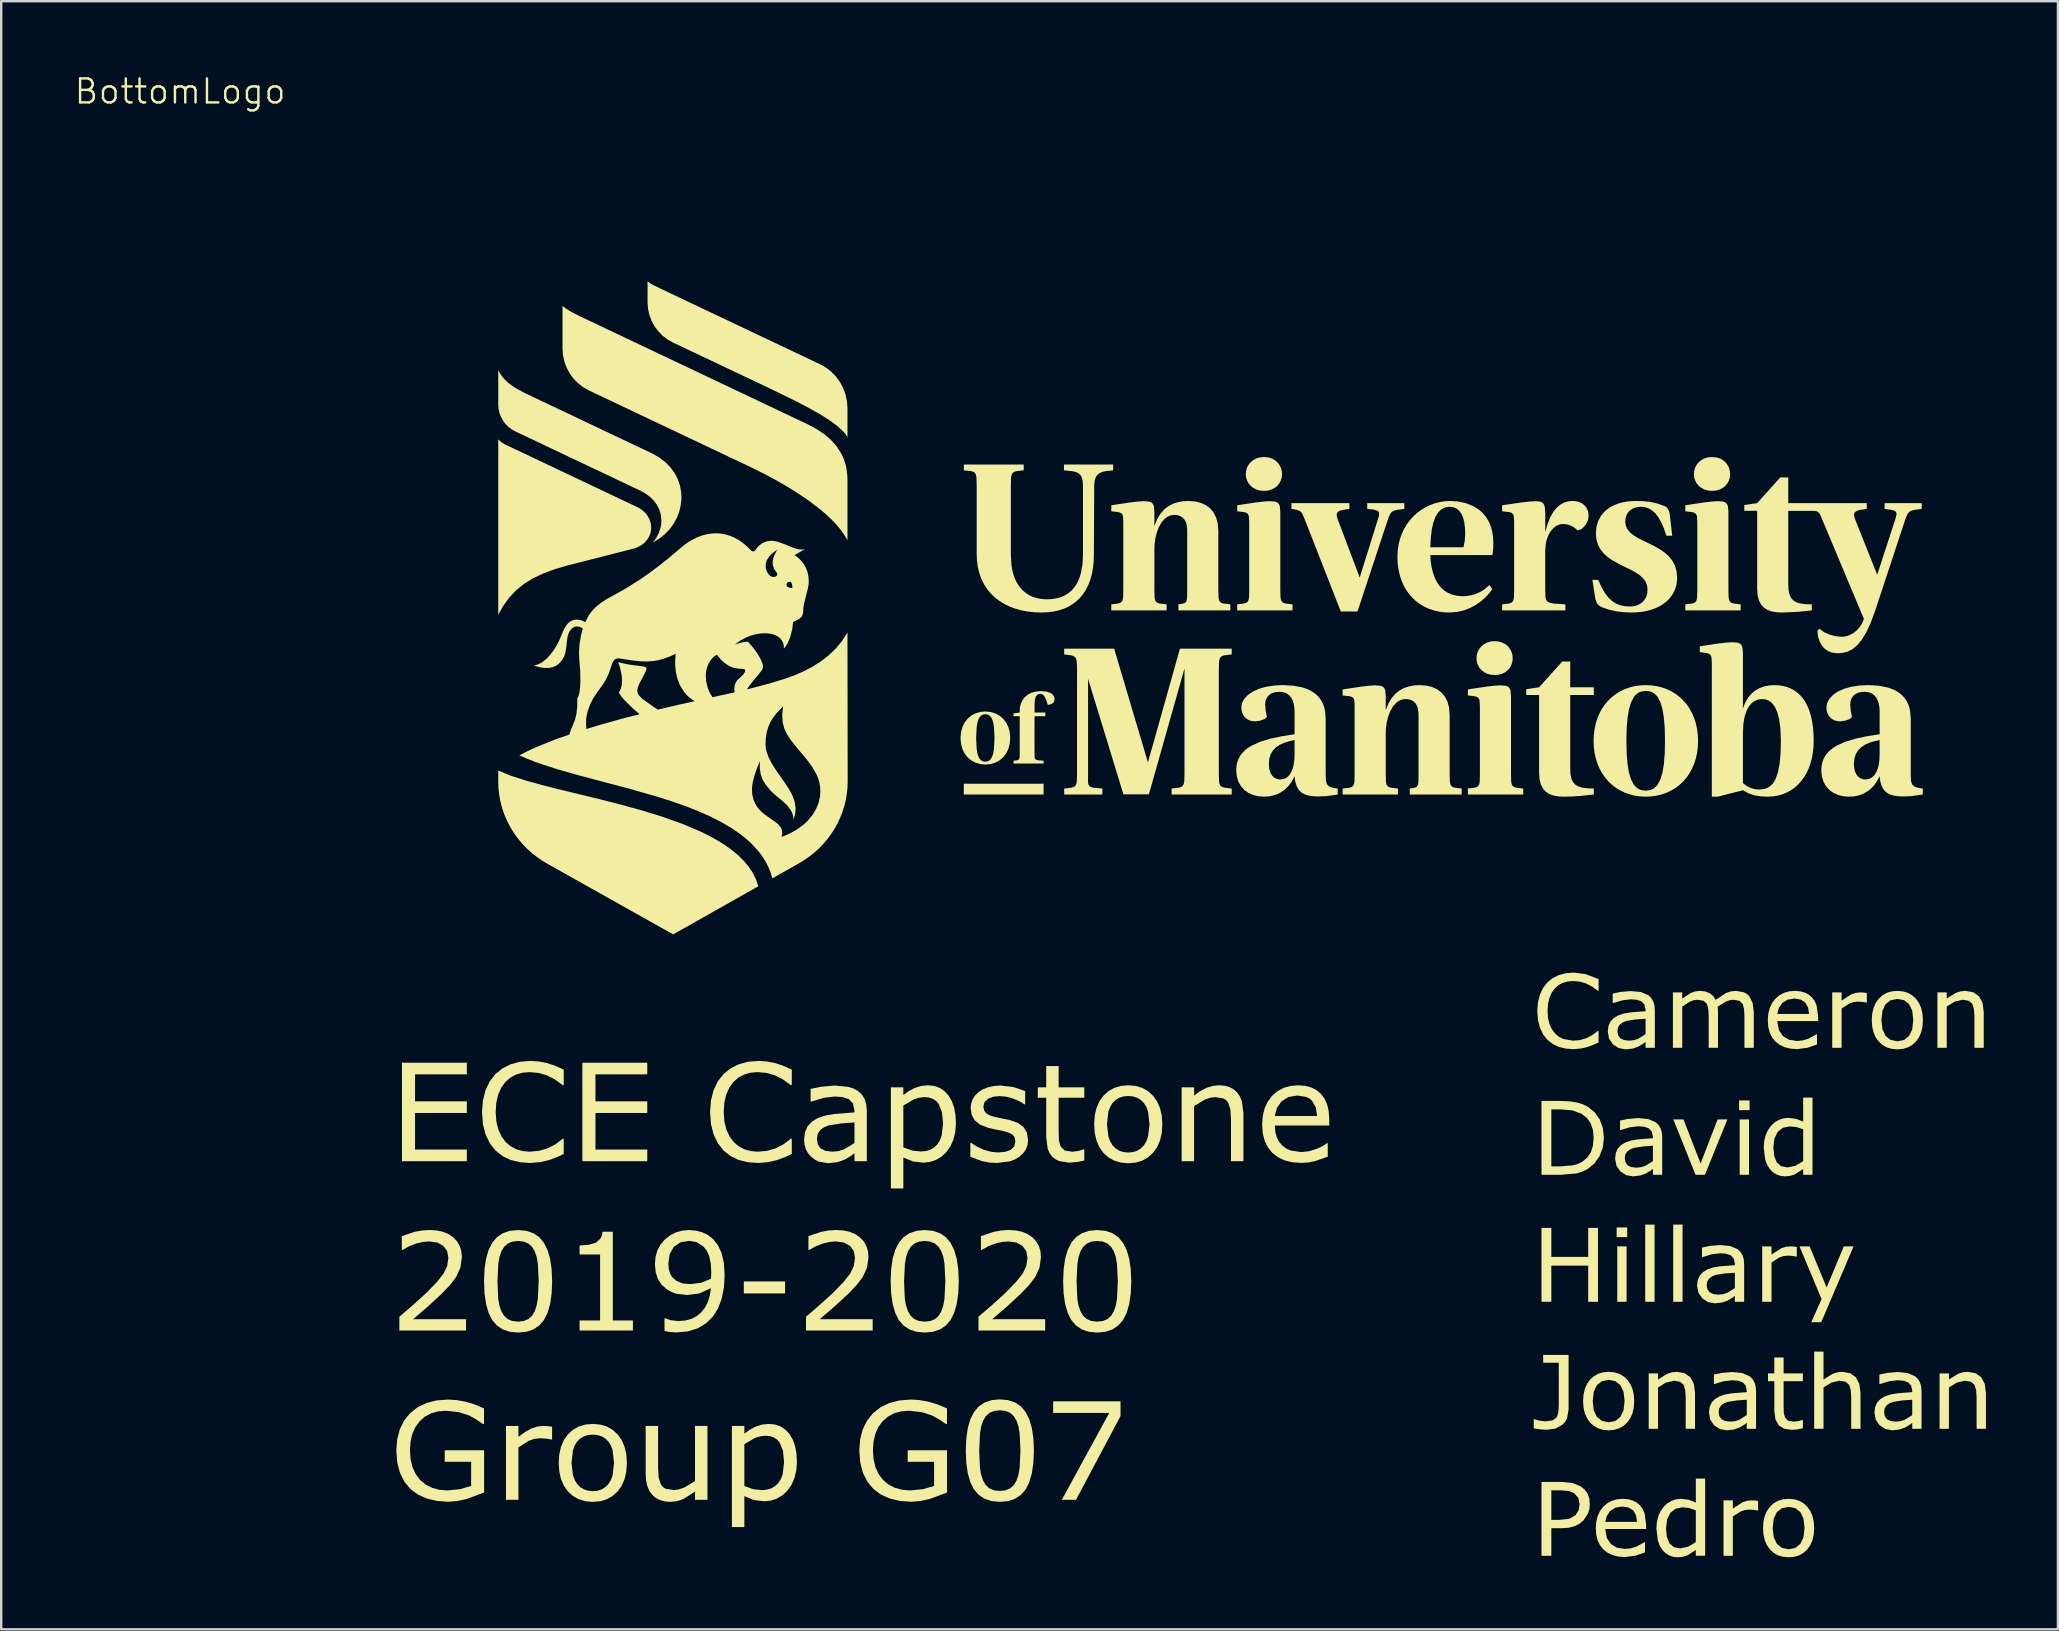
<source format=kicad_pcb>
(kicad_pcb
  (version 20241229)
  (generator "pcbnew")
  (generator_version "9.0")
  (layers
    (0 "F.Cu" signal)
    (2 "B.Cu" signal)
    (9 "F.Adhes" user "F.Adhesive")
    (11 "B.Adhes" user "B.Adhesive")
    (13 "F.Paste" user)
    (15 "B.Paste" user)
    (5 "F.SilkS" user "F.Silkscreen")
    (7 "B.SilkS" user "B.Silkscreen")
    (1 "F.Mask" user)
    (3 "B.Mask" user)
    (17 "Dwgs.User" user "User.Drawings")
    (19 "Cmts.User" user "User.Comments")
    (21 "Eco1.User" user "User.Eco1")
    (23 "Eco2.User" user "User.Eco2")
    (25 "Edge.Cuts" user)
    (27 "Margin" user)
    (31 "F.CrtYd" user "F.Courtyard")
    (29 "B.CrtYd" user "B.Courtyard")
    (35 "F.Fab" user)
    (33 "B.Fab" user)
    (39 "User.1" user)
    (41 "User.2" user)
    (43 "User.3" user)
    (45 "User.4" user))
  (footprint "BottomLogo"
    (layer "F.Cu")
    (at 4.455 0.76)
    (property "Reference" "BottomLogo" (at 0 0 0) (layer "F.SilkS") (effects (font (size 1 1) (thickness 0.1))))
    (attr through_hole)
    (fp_poly (pts (xy 25.211 50.088) (xy 23.491 50.088) (xy 23.491 49.589) (xy 25.211 49.589)) (stroke (width 0.001) (type solid)) (fill yes) (layer "F.SilkS"))
    (fp_poly (pts (xy 32.659 28.849) (xy 35.983 28.849) (xy 35.983 29.299) (xy 32.659 29.299)) (stroke (width 0.001) (type solid)) (fill yes) (layer "F.SilkS"))
    (fp_poly (pts (xy 60.277 50.437) (xy 59.888 50.437) (xy 59.888 48.128) (xy 60.277 48.128)) (stroke (width 0.001) (type solid)) (fill yes) (layer "F.SilkS"))
    (fp_poly (pts (xy 60.302 47.742) (xy 59.863 47.742) (xy 59.863 47.339) (xy 60.302 47.339)) (stroke (width 0.001) (type solid)) (fill yes) (layer "F.SilkS"))
    (fp_poly (pts (xy 61.443 50.437) (xy 61.054 50.437) (xy 61.054 47.221) (xy 61.443 47.221)) (stroke (width 0.001) (type solid)) (fill yes) (layer "F.SilkS"))
    (fp_poly (pts (xy 62.609 50.437) (xy 62.22 50.437) (xy 62.22 47.221) (xy 62.609 47.221)) (stroke (width 0.001) (type solid)) (fill yes) (layer "F.SilkS"))
    (fp_poly (pts (xy 65.378 45.145) (xy 64.99 45.145) (xy 64.99 42.837) (xy 65.378 42.837)) (stroke (width 0.001) (type solid)) (fill yes) (layer "F.SilkS"))
    (fp_poly (pts (xy 65.403 42.45) (xy 64.965 42.45) (xy 64.965 42.047) (xy 65.403 42.047)) (stroke (width 0.001) (type solid)) (fill yes) (layer "F.SilkS"))
    (fp_poly (pts (xy 39.189 55.2) (xy 37.332 58.69) (xy 36.742 58.69) (xy 38.718 55.068) (xy 36.381 55.068) (xy 36.381 54.586) (xy 39.189 54.586)) (stroke (width 0.001) (type solid)) (fill yes) (layer "F.SilkS"))
    (fp_poly (pts (xy 64.477 42.837) (xy 63.543 45.145) (xy 63.152 45.145) (xy 62.224 42.837) (xy 62.646 42.837) (xy 63.361 44.674) (xy 64.07 42.837)) (stroke (width 0.001) (type solid)) (fill yes) (layer "F.SilkS"))
    (fp_poly (pts (xy 69.736 48.128) (xy 68.388 51.289) (xy 67.973 51.289) (xy 68.402 50.326) (xy 67.483 48.128) (xy 67.904 48.128) (xy 68.613 49.84) (xy 69.329 48.128)) (stroke (width 0.001) (type solid)) (fill yes) (layer "F.SilkS"))
    (fp_poly (pts (xy 11.948 44.579) (xy 9.245 44.579) (xy 9.245 40.475) (xy 11.948 40.475) (xy 11.948 40.96) (xy 9.79 40.96) (xy 9.79 42.084) (xy 11.948 42.084) (xy 11.948 42.569) (xy 9.79 42.569) (xy 9.79 44.093) (xy 11.948 44.093)) (stroke (width 0.001) (type solid)) (fill yes) (layer "F.SilkS"))
    (fp_poly (pts (xy 19.467 44.579) (xy 16.763 44.579) (xy 16.763 40.475) (xy 19.467 40.475) (xy 19.467 40.96) (xy 17.309 40.96) (xy 17.309 42.084) (xy 19.467 42.084) (xy 19.467 42.569) (xy 17.309 42.569) (xy 17.309 44.093) (xy 19.467 44.093)) (stroke (width 0.001) (type solid)) (fill yes) (layer "F.SilkS"))
    (fp_poly (pts (xy 59.086 50.437) (xy 58.677 50.437) (xy 58.677 48.93) (xy 57.141 48.93) (xy 57.141 50.437) (xy 56.732 50.437) (xy 56.732 47.359) (xy 57.141 47.359) (xy 57.141 48.566) (xy 58.677 48.566) (xy 58.677 47.359) (xy 59.086 47.359)) (stroke (width 0.001) (type solid)) (fill yes) (layer "F.SilkS"))
    (fp_poly (pts (xy 18.869 51.634) (xy 16.647 51.634) (xy 16.647 51.215) (xy 17.502 51.215) (xy 17.502 48.465) (xy 16.647 48.465) (xy 16.647 48.09) (xy 17.02 48.062) (xy 17.32 47.977) (xy 17.518 47.803) (xy 17.577 47.678) (xy 17.604 47.517) (xy 18.031 47.517) (xy 18.031 51.215) (xy 18.869 51.215)) (stroke (width 0.001) (type solid)) (fill yes) (layer "F.SilkS"))
    (fp_poly (pts (xy 65.757 59.135) (xy 65.736 59.135) (xy 65.566 59.106) (xy 65.374 59.096) (xy 65.197 59.116) (xy 65.027 59.177) (xy 64.705 59.381) (xy 64.705 61.021) (xy 64.316 61.021) (xy 64.316 58.712) (xy 64.705 58.712) (xy 64.705 59.053) (xy 65.112 58.79) (xy 65.291 58.731) (xy 65.473 58.712) (xy 65.62 58.718) (xy 65.757 58.736)) (stroke (width 0.001) (type solid)) (fill yes) (layer "F.SilkS"))
    (fp_poly (pts (xy 67.369 48.552) (xy 67.348 48.552) (xy 67.179 48.523) (xy 66.987 48.513) (xy 66.81 48.533) (xy 66.639 48.593) (xy 66.317 48.798) (xy 66.317 50.437) (xy 65.928 50.437) (xy 65.928 48.128) (xy 66.317 48.128) (xy 66.317 48.469) (xy 66.724 48.207) (xy 66.903 48.148) (xy 67.086 48.128) (xy 67.233 48.134) (xy 67.369 48.153)) (stroke (width 0.001) (type solid)) (fill yes) (layer "F.SilkS"))
    (fp_poly (pts (xy 70.288 37.969) (xy 70.267 37.969) (xy 70.097 37.94) (xy 69.905 37.929) (xy 69.728 37.95) (xy 69.558 38.01) (xy 69.236 38.215) (xy 69.236 39.854) (xy 68.847 39.854) (xy 68.847 37.545) (xy 69.236 37.545) (xy 69.236 37.886) (xy 69.643 37.624) (xy 69.822 37.565) (xy 70.004 37.545) (xy 70.151 37.551) (xy 70.288 37.57)) (stroke (width 0.001) (type solid)) (fill yes) (layer "F.SilkS"))
    (fp_poly (pts (xy 15.501 56.176) (xy 15.473 56.176) (xy 15.247 56.138) (xy 14.991 56.124) (xy 14.755 56.151) (xy 14.528 56.231) (xy 14.098 56.504) (xy 14.098 58.69) (xy 13.58 58.69) (xy 13.58 55.611) (xy 14.098 55.611) (xy 14.098 56.066) (xy 14.388 55.854) (xy 14.641 55.716) (xy 14.88 55.637) (xy 15.123 55.611) (xy 15.319 55.619) (xy 15.501 55.644)) (stroke (width 0.001) (type solid)) (fill yes) (layer "F.SilkS"))
    (fp_poly (pts (xy 57.86 54.929) (xy 57.798 55.287) (xy 57.721 55.432) (xy 57.612 55.553) (xy 57.324 55.717) (xy 56.951 55.772) (xy 56.686 55.754) (xy 56.409 55.712) (xy 56.409 55.33) (xy 56.432 55.33) (xy 56.641 55.39) (xy 56.895 55.421) (xy 57.197 55.378) (xy 57.364 55.254) (xy 57.435 55.051) (xy 57.451 54.774) (xy 57.451 52.978) (xy 56.8 52.978) (xy 56.8 52.651) (xy 57.86 52.651)) (stroke (width 0.001) (type solid)) (fill yes) (layer "F.SilkS"))
    (fp_poly (pts (xy 63.129 55.729) (xy 62.741 55.729) (xy 62.741 54.414) (xy 62.722 54.117) (xy 62.654 53.897) (xy 62.505 53.769) (xy 62.253 53.726) (xy 61.92 53.804) (xy 61.587 54.005) (xy 61.587 55.729) (xy 61.199 55.729) (xy 61.199 53.42) (xy 61.587 53.42) (xy 61.587 53.676) (xy 61.964 53.441) (xy 62.16 53.377) (xy 62.363 53.356) (xy 62.692 53.412) (xy 62.933 53.581) (xy 63.08 53.856) (xy 63.129 54.23)) (stroke (width 0.001) (type solid)) (fill yes) (layer "F.SilkS"))
    (fp_poly (pts (xy 70.025 55.729) (xy 69.637 55.729) (xy 69.637 54.414) (xy 69.618 54.117) (xy 69.55 53.897) (xy 69.401 53.769) (xy 69.149 53.726) (xy 68.816 53.804) (xy 68.483 54.005) (xy 68.483 55.729) (xy 68.094 55.729) (xy 68.094 52.513) (xy 68.483 52.513) (xy 68.483 53.676) (xy 68.859 53.441) (xy 69.056 53.377) (xy 69.258 53.356) (xy 69.588 53.412) (xy 69.829 53.581) (xy 69.976 53.856) (xy 70.025 54.23)) (stroke (width 0.001) (type solid)) (fill yes) (layer "F.SilkS"))
    (fp_poly (pts (xy 75.16 39.854) (xy 74.771 39.854) (xy 74.771 38.539) (xy 74.752 38.242) (xy 74.684 38.022) (xy 74.535 37.894) (xy 74.283 37.851) (xy 73.95 37.929) (xy 73.618 38.13) (xy 73.618 39.854) (xy 73.229 39.854) (xy 73.229 37.545) (xy 73.618 37.545) (xy 73.618 37.801) (xy 73.994 37.566) (xy 74.191 37.502) (xy 74.393 37.481) (xy 74.723 37.537) (xy 74.963 37.706) (xy 75.111 37.981) (xy 75.16 38.355)) (stroke (width 0.001) (type solid)) (fill yes) (layer "F.SilkS"))
    (fp_poly (pts (xy 75.251 55.729) (xy 74.862 55.729) (xy 74.862 54.414) (xy 74.843 54.117) (xy 74.775 53.897) (xy 74.626 53.769) (xy 74.374 53.726) (xy 74.041 53.804) (xy 73.709 54.005) (xy 73.709 55.729) (xy 73.32 55.729) (xy 73.32 53.42) (xy 73.709 53.42) (xy 73.709 53.676) (xy 74.085 53.441) (xy 74.282 53.377) (xy 74.484 53.356) (xy 74.813 53.412) (xy 75.054 53.581) (xy 75.202 53.856) (xy 75.251 54.23)) (stroke (width 0.001) (type solid)) (fill yes) (layer "F.SilkS"))
    (fp_poly (pts (xy 67.623 55.708) (xy 67.383 55.756) (xy 67.154 55.774) (xy 66.843 55.727) (xy 66.617 55.584) (xy 66.479 55.337) (xy 66.433 54.974) (xy 66.433 53.746) (xy 66.17 53.746) (xy 66.17 53.42) (xy 66.433 53.42) (xy 66.433 52.756) (xy 66.821 52.756) (xy 66.821 53.42) (xy 67.623 53.42) (xy 67.623 53.746) (xy 66.821 53.746) (xy 66.821 54.799) (xy 66.829 55.084) (xy 66.887 55.274) (xy 67.011 55.396) (xy 67.255 55.433) (xy 67.454 55.406) (xy 67.603 55.359) (xy 67.623 55.359)) (stroke (width 0.001) (type solid)) (fill yes) (layer "F.SilkS"))
    (fp_poly (pts (xy 21.975 58.69) (xy 21.457 58.69) (xy 21.457 58.348) (xy 20.955 58.665) (xy 20.703 58.748) (xy 20.426 58.775) (xy 20.197 58.757) (xy 19.995 58.701) (xy 19.819 58.609) (xy 19.671 58.48) (xy 19.553 58.314) (xy 19.468 58.114) (xy 19.418 57.879) (xy 19.401 57.609) (xy 19.401 55.611) (xy 19.919 55.611) (xy 19.919 57.364) (xy 19.941 57.766) (xy 20.035 58.05) (xy 20.12 58.155) (xy 20.228 58.227) (xy 20.572 58.282) (xy 20.782 58.256) (xy 21.01 58.177) (xy 21.457 57.91) (xy 21.457 55.611) (xy 21.975 55.611)) (stroke (width 0.001) (type solid)) (fill yes) (layer "F.SilkS"))
    (fp_poly (pts (xy 37.679 44.551) (xy 37.359 44.614) (xy 37.053 44.639) (xy 36.639 44.576) (xy 36.474 44.497) (xy 36.337 44.386) (xy 36.23 44.24) (xy 36.153 44.056) (xy 36.092 43.573) (xy 36.092 41.935) (xy 35.742 41.935) (xy 35.742 41.5) (xy 36.092 41.5) (xy 36.092 40.615) (xy 36.61 40.615) (xy 36.61 41.5) (xy 37.679 41.5) (xy 37.679 41.935) (xy 36.61 41.935) (xy 36.61 43.338) (xy 36.621 43.719) (xy 36.698 43.972) (xy 36.863 44.135) (xy 37.189 44.184) (xy 37.453 44.149) (xy 37.652 44.085) (xy 37.679 44.085)) (stroke (width 0.001) (type solid)) (fill yes) (layer "F.SilkS"))
    (fp_poly (pts (xy 44.31 44.579) (xy 43.792 44.579) (xy 43.792 42.826) (xy 43.767 42.429) (xy 43.676 42.137) (xy 43.592 42.036) (xy 43.478 41.966) (xy 43.142 41.908) (xy 42.925 41.934) (xy 42.698 42.013) (xy 42.254 42.28) (xy 42.254 44.579) (xy 41.736 44.579) (xy 41.736 41.5) (xy 42.254 41.5) (xy 42.254 41.842) (xy 42.501 41.663) (xy 42.756 41.528) (xy 43.018 41.443) (xy 43.288 41.415) (xy 43.522 41.433) (xy 43.727 41.49) (xy 43.903 41.584) (xy 44.048 41.715) (xy 44.163 41.882) (xy 44.245 42.082) (xy 44.31 42.58)) (stroke (width 0.001) (type solid)) (fill yes) (layer "F.SilkS"))
    (fp_poly (pts (xy 19.057 17.326) (xy 13.534 14.707) (xy 13.38 14.613) (xy 13.258 14.499) (xy 13.258 21.808) (xy 13.473 21.425) (xy 13.721 21.085) (xy 14.006 20.784) (xy 14.334 20.519) (xy 14.711 20.286) (xy 15.142 20.082) (xy 15.632 19.901) (xy 16.187 19.742) (xy 18.968 19.032) (xy 19.124 18.963) (xy 19.259 18.88) (xy 19.372 18.785) (xy 19.464 18.679) (xy 19.536 18.565) (xy 19.588 18.445) (xy 19.619 18.32) (xy 19.631 18.193) (xy 19.624 18.065) (xy 19.598 17.939) (xy 19.553 17.816) (xy 19.489 17.699) (xy 19.408 17.59) (xy 19.308 17.49) (xy 19.191 17.401)) (stroke (width 0.001) (type solid)) (fill yes) (layer "F.SilkS"))
    (fp_poly (pts (xy 27.81 14.408) (xy 27.739 14.297) (xy 27.647 14.184) (xy 27.398 13.951) (xy 27.072 13.709) (xy 26.678 13.459) (xy 26.222 13.201) (xy 25.715 12.934) (xy 24.577 12.378) (xy 20.54 10.464) (xy 20.308 10.333) (xy 20.101 10.174) (xy 19.92 9.988) (xy 19.767 9.78) (xy 19.645 9.553) (xy 19.555 9.31) (xy 19.499 9.054) (xy 19.48 8.789) (xy 19.48 7.917) (xy 19.592 7.998) (xy 19.736 8.079) (xy 20.117 8.264) (xy 26.678 11.374) (xy 26.925 11.515) (xy 27.146 11.689) (xy 27.34 11.892) (xy 27.503 12.119) (xy 27.634 12.367) (xy 27.73 12.631) (xy 27.789 12.908) (xy 27.81 13.192)) (stroke (width 0.001) (type solid)) (fill yes) (layer "F.SilkS"))
    (fp_poly (pts (xy 58.745 58.873) (xy 58.727 59.07) (xy 58.673 59.253) (xy 58.474 59.555) (xy 58.301 59.694) (xy 58.098 59.795) (xy 57.853 59.854) (xy 57.55 59.873) (xy 57.141 59.873) (xy 57.141 59.524) (xy 57.486 59.524) (xy 57.889 59.48) (xy 58.142 59.338) (xy 58.278 59.129) (xy 58.319 58.883) (xy 58.264 58.606) (xy 58.094 58.414) (xy 57.867 58.323) (xy 57.546 58.294) (xy 57.141 58.294) (xy 57.141 59.524) (xy 57.141 59.873) (xy 57.141 61.021) (xy 56.732 61.021) (xy 56.732 57.943) (xy 57.567 57.943) (xy 58.036 57.99) (xy 58.377 58.135) (xy 58.533 58.267) (xy 58.648 58.428) (xy 58.721 58.627)) (stroke (width 0.001) (type solid)) (fill yes) (layer "F.SilkS"))
    (fp_poly (pts (xy 58.911 24.83) (xy 58.911 25.151) (xy 57.928 25.151) (xy 57.928 28.226) (xy 57.94 28.457) (xy 57.979 28.641) (xy 58.048 28.785) (xy 58.148 28.892) (xy 58.282 28.968) (xy 58.452 29.016) (xy 58.661 29.041) (xy 58.911 29.048) (xy 58.911 29.298) (xy 58.335 29.36) (xy 58.009 29.38) (xy 57.659 29.388) (xy 57.435 29.378) (xy 57.235 29.343) (xy 57.059 29.279) (xy 56.911 29.184) (xy 56.792 29.052) (xy 56.704 28.879) (xy 56.65 28.662) (xy 56.631 28.396) (xy 56.631 25.151) (xy 56.095 25.151) (xy 56.095 24.91) (xy 56.631 24.829) (xy 57.597 23.757) (xy 57.928 23.757) (xy 57.928 24.829)) (stroke (width 0.001) (type solid)) (fill yes) (layer "F.SilkS"))
    (fp_poly (pts (xy 45.919 15.949) (xy 45.906 16.084) (xy 45.868 16.212) (xy 45.806 16.33) (xy 45.721 16.435) (xy 45.614 16.522) (xy 45.485 16.588) (xy 45.336 16.631) (xy 45.168 16.646) (xy 44.999 16.631) (xy 44.849 16.588) (xy 44.719 16.522) (xy 44.611 16.435) (xy 44.524 16.33) (xy 44.46 16.212) (xy 44.422 16.084) (xy 44.408 15.949) (xy 44.422 15.81) (xy 44.46 15.679) (xy 44.524 15.557) (xy 44.611 15.45) (xy 44.719 15.361) (xy 44.849 15.293) (xy 44.999 15.249) (xy 45.168 15.234) (xy 45.336 15.249) (xy 45.485 15.293) (xy 45.614 15.361) (xy 45.721 15.45) (xy 45.806 15.557) (xy 45.868 15.679) (xy 45.906 15.81)) (stroke (width 0.001) (type solid)) (fill yes) (layer "F.SilkS"))
    (fp_poly (pts (xy 55.532 23.623) (xy 55.519 23.758) (xy 55.481 23.886) (xy 55.419 24.005) (xy 55.334 24.109) (xy 55.227 24.196) (xy 55.098 24.263) (xy 54.949 24.305) (xy 54.781 24.32) (xy 54.612 24.305) (xy 54.463 24.263) (xy 54.333 24.196) (xy 54.224 24.109) (xy 54.137 24.005) (xy 54.073 23.886) (xy 54.035 23.758) (xy 54.021 23.623) (xy 54.035 23.484) (xy 54.073 23.353) (xy 54.137 23.232) (xy 54.224 23.125) (xy 54.333 23.035) (xy 54.463 22.967) (xy 54.612 22.923) (xy 54.781 22.908) (xy 54.949 22.923) (xy 55.098 22.967) (xy 55.227 23.035) (xy 55.334 23.125) (xy 55.419 23.232) (xy 55.481 23.353) (xy 55.519 23.484)) (stroke (width 0.001) (type solid)) (fill yes) (layer "F.SilkS"))
    (fp_poly (pts (xy 64.592 15.949) (xy 64.579 16.084) (xy 64.541 16.212) (xy 64.479 16.33) (xy 64.394 16.435) (xy 64.287 16.522) (xy 64.158 16.588) (xy 64.009 16.631) (xy 63.841 16.646) (xy 63.672 16.631) (xy 63.522 16.588) (xy 63.392 16.522) (xy 63.283 16.435) (xy 63.197 16.33) (xy 63.133 16.212) (xy 63.094 16.084) (xy 63.081 15.949) (xy 63.094 15.81) (xy 63.133 15.679) (xy 63.197 15.557) (xy 63.283 15.45) (xy 63.392 15.361) (xy 63.522 15.293) (xy 63.672 15.249) (xy 63.841 15.234) (xy 64.009 15.249) (xy 64.158 15.293) (xy 64.287 15.361) (xy 64.394 15.45) (xy 64.479 15.557) (xy 64.541 15.679) (xy 64.579 15.81)) (stroke (width 0.001) (type solid)) (fill yes) (layer "F.SilkS"))
    (fp_poly (pts (xy 45.847 17.513) (xy 45.847 20.749) (xy 45.855 21.085) (xy 45.874 21.19) (xy 45.911 21.263) (xy 45.972 21.31) (xy 46.062 21.339) (xy 46.357 21.374) (xy 46.357 21.625) (xy 44.051 21.625) (xy 44.051 21.374) (xy 44.34 21.339) (xy 44.429 21.31) (xy 44.489 21.263) (xy 44.525 21.19) (xy 44.544 21.085) (xy 44.551 20.749) (xy 44.551 17.942) (xy 44.537 17.709) (xy 44.513 17.636) (xy 44.472 17.584) (xy 44.409 17.55) (xy 44.321 17.527) (xy 44.051 17.495) (xy 44.051 17.245) (xy 44.837 17.127) (xy 45.159 17.089) (xy 45.409 17.075) (xy 45.617 17.091) (xy 45.693 17.115) (xy 45.752 17.153) (xy 45.796 17.21) (xy 45.826 17.286)) (stroke (width 0.001) (type solid)) (fill yes) (layer "F.SilkS"))
    (fp_poly (pts (xy 55.46 25.187) (xy 55.46 28.423) (xy 55.468 28.76) (xy 55.487 28.865) (xy 55.524 28.937) (xy 55.585 28.984) (xy 55.675 29.014) (xy 55.97 29.049) (xy 55.97 29.299) (xy 53.664 29.299) (xy 53.664 29.049) (xy 53.953 29.014) (xy 54.042 28.984) (xy 54.102 28.937) (xy 54.138 28.865) (xy 54.157 28.76) (xy 54.164 28.423) (xy 54.164 25.616) (xy 54.15 25.383) (xy 54.126 25.31) (xy 54.085 25.259) (xy 54.023 25.224) (xy 53.934 25.201) (xy 53.664 25.169) (xy 53.664 24.919) (xy 54.45 24.801) (xy 54.772 24.763) (xy 55.022 24.749) (xy 55.23 24.765) (xy 55.306 24.789) (xy 55.366 24.827) (xy 55.409 24.884) (xy 55.439 24.96)) (stroke (width 0.001) (type solid)) (fill yes) (layer "F.SilkS"))
    (fp_poly (pts (xy 64.52 17.513) (xy 64.52 20.749) (xy 64.528 21.085) (xy 64.547 21.19) (xy 64.584 21.263) (xy 64.645 21.31) (xy 64.735 21.339) (xy 65.03 21.374) (xy 65.03 21.625) (xy 62.724 21.625) (xy 62.724 21.374) (xy 63.013 21.339) (xy 63.102 21.31) (xy 63.162 21.263) (xy 63.198 21.19) (xy 63.216 21.085) (xy 63.224 20.749) (xy 63.224 17.942) (xy 63.21 17.709) (xy 63.186 17.636) (xy 63.145 17.584) (xy 63.082 17.55) (xy 62.994 17.527) (xy 62.724 17.495) (xy 62.724 17.245) (xy 63.51 17.127) (xy 63.832 17.089) (xy 64.082 17.075) (xy 64.29 17.091) (xy 64.366 17.115) (xy 64.425 17.153) (xy 64.469 17.21) (xy 64.498 17.286)) (stroke (width 0.001) (type solid)) (fill yes) (layer "F.SilkS"))
    (fp_poly (pts (xy 49.468 17.155) (xy 49.468 17.397) (xy 49.731 17.422) (xy 49.894 17.475) (xy 49.938 17.511) (xy 49.961 17.554) (xy 49.962 17.662) (xy 49.924 17.799) (xy 49.156 20.256) (xy 48.234 17.817) (xy 48.205 17.724) (xy 48.195 17.644) (xy 48.207 17.578) (xy 48.245 17.523) (xy 48.312 17.479) (xy 48.412 17.444) (xy 48.726 17.397) (xy 48.726 17.156) (xy 46.312 17.156) (xy 46.312 17.397) (xy 46.521 17.431) (xy 46.659 17.484) (xy 46.709 17.525) (xy 46.752 17.58) (xy 46.831 17.746) (xy 48.368 21.67) (xy 49.065 21.67) (xy 50.343 17.799) (xy 50.417 17.618) (xy 50.462 17.554) (xy 50.521 17.504) (xy 50.6 17.466) (xy 50.704 17.437) (xy 51.014 17.397) (xy 51.014 17.156)) (stroke (width 0.001) (type solid)) (fill yes) (layer "F.SilkS"))
    (fp_poly (pts (xy 59.332 43.61) (xy 59.286 44.01) (xy 59.148 44.37) (xy 58.936 44.673) (xy 58.662 44.899) (xy 58.439 45.012) (xy 58.191 45.088) (xy 57.509 45.146) (xy 57.526 44.794) (xy 58.04 44.751) (xy 58.252 44.689) (xy 58.445 44.59) (xy 58.646 44.42) (xy 58.789 44.203) (xy 58.875 43.933) (xy 58.904 43.604) (xy 58.873 43.27) (xy 58.778 42.994) (xy 58.621 42.772) (xy 58.402 42.603) (xy 58.016 42.461) (xy 57.526 42.419) (xy 57.141 42.419) (xy 57.141 44.794) (xy 57.526 44.794) (xy 57.509 45.146) (xy 56.732 45.146) (xy 56.732 42.068) (xy 57.501 42.068) (xy 57.905 42.084) (xy 58.216 42.134) (xy 58.462 42.21) (xy 58.667 42.312) (xy 58.946 42.54) (xy 59.157 42.835) (xy 59.288 43.192)) (stroke (width 0.001) (type solid)) (fill yes) (layer "F.SilkS"))
    (fp_poly (pts (xy 11.915 51.634) (xy 9.137 51.634) (xy 9.137 51.058) (xy 9.716 50.562) (xy 10.259 50.069) (xy 10.705 49.609) (xy 10.984 49.256) (xy 11.131 48.941) (xy 11.179 48.602) (xy 11.126 48.318) (xy 10.967 48.104) (xy 10.716 47.967) (xy 10.38 47.922) (xy 10.119 47.944) (xy 9.837 48.01) (xy 9.549 48.121) (xy 9.267 48.28) (xy 9.239 48.28) (xy 9.239 47.701) (xy 9.76 47.525) (xy 10.083 47.465) (xy 10.394 47.445) (xy 10.692 47.464) (xy 10.957 47.521) (xy 11.187 47.617) (xy 11.383 47.751) (xy 11.54 47.916) (xy 11.652 48.108) (xy 11.719 48.328) (xy 11.742 48.575) (xy 11.681 49.013) (xy 11.507 49.396) (xy 11.254 49.732) (xy 10.904 50.099) (xy 10.295 50.661) (xy 9.708 51.163) (xy 11.915 51.163)) (stroke (width 0.001) (type solid)) (fill yes) (layer "F.SilkS"))
    (fp_poly (pts (xy 15.936 8.94) (xy 15.936 10.715) (xy 15.956 10.992) (xy 16.014 11.259) (xy 16.108 11.513) (xy 16.236 11.75) (xy 16.395 11.967) (xy 16.584 12.161) (xy 16.801 12.327) (xy 17.042 12.464) (xy 23.78 15.658) (xy 24.37 15.951) (xy 24.976 16.279) (xy 25.576 16.637) (xy 26.152 17.02) (xy 26.683 17.424) (xy 26.925 17.631) (xy 27.149 17.842) (xy 27.352 18.056) (xy 27.532 18.271) (xy 27.685 18.488) (xy 27.81 18.706) (xy 27.81 16.191) (xy 27.802 15.986) (xy 27.78 15.79) (xy 27.744 15.603) (xy 27.693 15.424) (xy 27.629 15.254) (xy 27.553 15.092) (xy 27.361 14.792) (xy 27.122 14.522) (xy 26.84 14.28) (xy 26.516 14.064) (xy 26.155 13.873) (xy 16.645 9.363) (xy 16.247 9.156) (xy 16.08 9.05)) (stroke (width 0.001) (type solid)) (fill yes) (layer "F.SilkS"))
    (fp_poly (pts (xy 28.86 51.634) (xy 26.082 51.634) (xy 26.082 51.058) (xy 26.66 50.562) (xy 27.203 50.069) (xy 27.649 49.609) (xy 27.928 49.256) (xy 28.075 48.941) (xy 28.124 48.602) (xy 28.071 48.318) (xy 27.912 48.104) (xy 27.66 47.967) (xy 27.325 47.922) (xy 27.063 47.944) (xy 26.782 48.01) (xy 26.493 48.121) (xy 26.211 48.28) (xy 26.184 48.28) (xy 26.184 47.701) (xy 26.704 47.525) (xy 27.027 47.465) (xy 27.338 47.445) (xy 27.637 47.464) (xy 27.901 47.521) (xy 28.132 47.617) (xy 28.328 47.751) (xy 28.485 47.916) (xy 28.596 48.108) (xy 28.664 48.328) (xy 28.686 48.575) (xy 28.625 49.013) (xy 28.452 49.396) (xy 28.198 49.732) (xy 27.848 50.099) (xy 27.239 50.661) (xy 26.652 51.163) (xy 28.86 51.163)) (stroke (width 0.001) (type solid)) (fill yes) (layer "F.SilkS"))
    (fp_poly (pts (xy 36.048 51.634) (xy 33.269 51.634) (xy 33.269 51.058) (xy 33.848 50.562) (xy 34.391 50.069) (xy 34.837 49.609) (xy 35.116 49.256) (xy 35.263 48.941) (xy 35.312 48.602) (xy 35.259 48.318) (xy 35.099 48.104) (xy 34.848 47.967) (xy 34.512 47.922) (xy 34.251 47.944) (xy 33.969 48.01) (xy 33.681 48.121) (xy 33.399 48.28) (xy 33.371 48.28) (xy 33.371 47.701) (xy 33.892 47.525) (xy 34.215 47.465) (xy 34.526 47.445) (xy 34.825 47.464) (xy 35.089 47.521) (xy 35.319 47.617) (xy 35.516 47.751) (xy 35.672 47.916) (xy 35.784 48.108) (xy 35.851 48.328) (xy 35.874 48.575) (xy 35.813 49.013) (xy 35.64 49.396) (xy 35.386 49.732) (xy 35.036 50.099) (xy 34.427 50.661) (xy 33.84 51.163) (xy 36.048 51.163)) (stroke (width 0.001) (type solid)) (fill yes) (layer "F.SilkS"))
    (fp_poly (pts (xy 13.258 28.301) (xy 13.258 28.77) (xy 13.267 29.032) (xy 13.294 29.291) (xy 13.339 29.546) (xy 13.4 29.796) (xy 13.478 30.041) (xy 13.572 30.279) (xy 13.682 30.512) (xy 13.806 30.736) (xy 13.946 30.953) (xy 14.1 31.161) (xy 14.268 31.359) (xy 14.449 31.547) (xy 14.643 31.724) (xy 14.851 31.889) (xy 15.07 32.042) (xy 15.301 32.182) (xy 20.547 35.127) (xy 24.095 33.122) (xy 23.998 32.836) (xy 23.864 32.565) (xy 23.693 32.307) (xy 23.49 32.063) (xy 23.255 31.831) (xy 22.992 31.612) (xy 22.702 31.404) (xy 22.387 31.208) (xy 22.051 31.022) (xy 21.694 30.846) (xy 20.929 30.521) (xy 20.111 30.229) (xy 19.257 29.965) (xy 18.384 29.724) (xy 17.512 29.502) (xy 15.836 29.095) (xy 15.068 28.901) (xy 14.371 28.707) (xy 13.761 28.508)) (stroke (width 0.001) (type solid)) (fill yes) (layer "F.SilkS"))
    (fp_poly (pts (xy 63.551 61.02) (xy 63.162 61.02) (xy 63.162 60.779) (xy 62.813 61.004) (xy 62.623 61.064) (xy 62.418 61.085) (xy 62.222 61.065) (xy 62.047 61.005) (xy 61.894 60.906) (xy 61.761 60.766) (xy 61.655 60.592) (xy 61.58 60.386) (xy 61.519 59.884) (xy 61.54 59.606) (xy 61.602 59.361) (xy 61.701 59.148) (xy 61.829 58.97) (xy 61.981 58.831) (xy 62.156 58.73) (xy 62.347 58.668) (xy 62.544 58.648) (xy 62.867 58.687) (xy 63.162 58.805) (xy 63.162 59.127) (xy 62.881 59.03) (xy 62.611 59.003) (xy 62.32 59.06) (xy 62.102 59.23) (xy 61.966 59.505) (xy 61.92 59.875) (xy 61.955 60.238) (xy 62.061 60.502) (xy 62.244 60.661) (xy 62.511 60.715) (xy 62.846 60.642) (xy 63.162 60.452) (xy 63.162 59.127) (xy 63.162 58.805) (xy 63.162 57.804) (xy 63.551 57.804)) (stroke (width 0.001) (type solid)) (fill yes) (layer "F.SilkS"))
    (fp_poly (pts (xy 68.024 45.145) (xy 67.636 45.145) (xy 67.636 44.904) (xy 67.286 45.129) (xy 67.097 45.189) (xy 66.891 45.21) (xy 66.695 45.19) (xy 66.52 45.13) (xy 66.367 45.031) (xy 66.234 44.891) (xy 66.128 44.717) (xy 66.053 44.511) (xy 65.992 44.009) (xy 66.013 43.731) (xy 66.075 43.486) (xy 66.174 43.273) (xy 66.302 43.095) (xy 66.454 42.956) (xy 66.629 42.855) (xy 66.82 42.793) (xy 67.018 42.773) (xy 67.34 42.812) (xy 67.636 42.93) (xy 67.636 43.252) (xy 67.354 43.155) (xy 67.084 43.128) (xy 66.793 43.185) (xy 66.575 43.355) (xy 66.439 43.63) (xy 66.393 44) (xy 66.428 44.363) (xy 66.534 44.627) (xy 66.717 44.786) (xy 66.984 44.839) (xy 67.319 44.767) (xy 67.636 44.577) (xy 67.636 43.252) (xy 67.636 42.93) (xy 67.636 41.929) (xy 68.024 41.929)) (stroke (width 0.001) (type solid)) (fill yes) (layer "F.SilkS"))
    (fp_poly (pts (xy 65.577 39.854) (xy 65.188 39.854) (xy 65.188 38.539) (xy 65.174 38.252) (xy 65.118 38.031) (xy 64.981 37.896) (xy 64.725 37.851) (xy 64.562 37.871) (xy 64.399 37.934) (xy 64.072 38.14) (xy 64.082 38.252) (xy 64.086 38.376) (xy 64.086 39.854) (xy 63.698 39.854) (xy 63.698 38.539) (xy 63.683 38.25) (xy 63.628 38.029) (xy 63.491 37.896) (xy 63.235 37.851) (xy 63.075 37.87) (xy 62.914 37.929) (xy 62.596 38.13) (xy 62.596 39.854) (xy 62.207 39.854) (xy 62.207 37.545) (xy 62.596 37.545) (xy 62.596 37.801) (xy 62.958 37.565) (xy 63.145 37.502) (xy 63.344 37.481) (xy 63.562 37.506) (xy 63.743 37.58) (xy 63.887 37.698) (xy 63.989 37.855) (xy 64.419 37.57) (xy 64.62 37.503) (xy 64.835 37.481) (xy 65.165 37.539) (xy 65.292 37.611) (xy 65.395 37.712) (xy 65.531 37.988) (xy 65.577 38.355)) (stroke (width 0.001) (type solid)) (fill yes) (layer "F.SilkS"))
    (fp_poly (pts (xy 19.639 15.071) (xy 14.39 12.582) (xy 13.988 12.367) (xy 13.819 12.254) (xy 13.67 12.138) (xy 13.54 12.017) (xy 13.429 11.891) (xy 13.335 11.758) (xy 13.258 11.618) (xy 13.258 13.044) (xy 13.271 13.222) (xy 13.308 13.393) (xy 13.369 13.556) (xy 13.451 13.708) (xy 13.553 13.848) (xy 13.675 13.972) (xy 13.814 14.079) (xy 13.969 14.167) (xy 19.183 16.64) (xy 19.312 16.707) (xy 19.455 16.798) (xy 19.6 16.913) (xy 19.74 17.053) (xy 19.864 17.22) (xy 19.965 17.416) (xy 20.032 17.641) (xy 20.056 17.897) (xy 20.048 18.031) (xy 20.026 18.161) (xy 19.947 18.404) (xy 19.834 18.616) (xy 19.702 18.792) (xy 19.963 18.638) (xy 20.194 18.455) (xy 20.395 18.247) (xy 20.563 18.019) (xy 20.698 17.773) (xy 20.798 17.514) (xy 20.863 17.246) (xy 20.891 16.973) (xy 20.88 16.698) (xy 20.83 16.426) (xy 20.74 16.161) (xy 20.608 15.906) (xy 20.433 15.666) (xy 20.214 15.444) (xy 19.95 15.244)) (stroke (width 0.001) (type solid)) (fill yes) (layer "F.SilkS"))
    (fp_poly (pts (xy 61.089 59.906) (xy 59.388 59.906) (xy 59.388 59.609) (xy 60.711 59.609) (xy 60.671 59.337) (xy 60.556 59.135) (xy 60.365 59.01) (xy 60.095 58.968) (xy 59.814 59.014) (xy 59.597 59.152) (xy 59.453 59.358) (xy 59.388 59.609) (xy 59.388 59.906) (xy 59.452 60.278) (xy 59.628 60.537) (xy 59.882 60.686) (xy 60.209 60.735) (xy 60.445 60.712) (xy 60.682 60.642) (xy 61.023 60.456) (xy 61.044 60.456) (xy 61.044 60.88) (xy 60.643 61.018) (xy 60.213 61.074) (xy 59.941 61.055) (xy 59.701 60.997) (xy 59.493 60.9) (xy 59.316 60.764) (xy 59.175 60.592) (xy 59.074 60.387) (xy 59.013 60.149) (xy 58.993 59.879) (xy 59.012 59.611) (xy 59.07 59.371) (xy 59.166 59.161) (xy 59.301 58.98) (xy 59.468 58.835) (xy 59.66 58.731) (xy 59.876 58.668) (xy 60.116 58.647) (xy 60.336 58.664) (xy 60.529 58.716) (xy 60.695 58.801) (xy 60.835 58.92) (xy 60.946 59.071) (xy 61.026 59.251) (xy 61.089 59.696)) (stroke (width 0.001) (type solid)) (fill yes) (layer "F.SilkS"))
    (fp_poly (pts (xy 68.258 38.74) (xy 66.557 38.74) (xy 66.557 38.442) (xy 67.88 38.442) (xy 67.84 38.171) (xy 67.724 37.969) (xy 67.534 37.843) (xy 67.264 37.801) (xy 66.983 37.847) (xy 66.765 37.985) (xy 66.621 38.191) (xy 66.557 38.442) (xy 66.557 38.74) (xy 66.621 39.112) (xy 66.796 39.37) (xy 67.051 39.519) (xy 67.377 39.569) (xy 67.613 39.545) (xy 67.851 39.476) (xy 68.192 39.29) (xy 68.212 39.29) (xy 68.212 39.713) (xy 67.811 39.852) (xy 67.381 39.908) (xy 67.11 39.888) (xy 66.87 39.83) (xy 66.661 39.733) (xy 66.484 39.597) (xy 66.343 39.425) (xy 66.242 39.22) (xy 66.182 38.983) (xy 66.162 38.713) (xy 66.181 38.444) (xy 66.239 38.205) (xy 66.335 37.995) (xy 66.47 37.814) (xy 66.637 37.668) (xy 66.828 37.564) (xy 67.044 37.502) (xy 67.284 37.481) (xy 67.504 37.498) (xy 67.698 37.549) (xy 67.864 37.634) (xy 68.004 37.754) (xy 68.115 37.904) (xy 68.194 38.084) (xy 68.258 38.529)) (stroke (width 0.001) (type solid)) (fill yes) (layer "F.SilkS"))
    (fp_poly (pts (xy 25.704 57.113) (xy 25.677 57.472) (xy 25.596 57.799) (xy 25.467 58.085) (xy 25.293 58.323) (xy 25.095 58.504) (xy 24.863 58.64) (xy 24.61 58.723) (xy 24.342 58.75) (xy 23.907 58.698) (xy 23.513 58.535) (xy 23.513 59.825) (xy 22.995 59.825) (xy 22.995 55.611) (xy 23.513 55.611) (xy 23.513 55.934) (xy 23.732 55.774) (xy 23.946 56.116) (xy 23.513 56.369) (xy 23.513 58.114) (xy 23.89 58.249) (xy 24.252 58.285) (xy 24.456 58.266) (xy 24.637 58.212) (xy 24.794 58.12) (xy 24.927 57.992) (xy 25.033 57.829) (xy 25.109 57.63) (xy 25.169 57.127) (xy 25.122 56.641) (xy 24.979 56.295) (xy 24.871 56.174) (xy 24.738 56.088) (xy 24.579 56.036) (xy 24.395 56.019) (xy 24.171 56.043) (xy 23.946 56.116) (xy 23.732 55.774) (xy 23.976 55.644) (xy 24.243 55.555) (xy 24.527 55.526) (xy 24.79 55.552) (xy 25.022 55.631) (xy 25.223 55.763) (xy 25.393 55.947) (xy 25.529 56.177) (xy 25.626 56.448) (xy 25.684 56.76)) (stroke (width 0.001) (type solid)) (fill yes) (layer "F.SilkS"))
    (fp_poly (pts (xy 32.33 43.002) (xy 32.303 43.361) (xy 32.222 43.688) (xy 32.093 43.974) (xy 31.919 44.212) (xy 31.72 44.393) (xy 31.489 44.529) (xy 31.236 44.612) (xy 30.968 44.639) (xy 30.533 44.587) (xy 30.138 44.424) (xy 30.138 45.714) (xy 29.62 45.714) (xy 29.62 41.5) (xy 30.138 41.5) (xy 30.138 41.822) (xy 30.358 41.663) (xy 30.571 42.005) (xy 30.138 42.258) (xy 30.138 44.003) (xy 30.516 44.138) (xy 30.877 44.174) (xy 31.082 44.155) (xy 31.262 44.1) (xy 31.419 44.009) (xy 31.552 43.881) (xy 31.658 43.718) (xy 31.734 43.519) (xy 31.795 43.016) (xy 31.747 42.53) (xy 31.605 42.184) (xy 31.497 42.063) (xy 31.364 41.977) (xy 31.205 41.925) (xy 31.02 41.908) (xy 30.797 41.932) (xy 30.571 42.005) (xy 30.358 41.663) (xy 30.602 41.533) (xy 30.869 41.444) (xy 31.153 41.415) (xy 31.416 41.441) (xy 31.647 41.52) (xy 31.848 41.652) (xy 32.018 41.836) (xy 32.154 42.066) (xy 32.252 42.337) (xy 32.31 42.649)) (stroke (width 0.001) (type solid)) (fill yes) (layer "F.SilkS"))
    (fp_poly (pts (xy 59.109 39.631) (xy 58.902 39.724) (xy 58.663 39.815) (xy 58.388 39.881) (xy 58.063 39.91) (xy 57.743 39.886) (xy 57.453 39.817) (xy 57.198 39.695) (xy 56.978 39.521) (xy 56.801 39.298) (xy 56.668 39.023) (xy 56.584 38.695) (xy 56.556 38.318) (xy 56.583 37.958) (xy 56.664 37.638) (xy 56.795 37.361) (xy 56.974 37.131) (xy 57.19 36.955) (xy 57.447 36.826) (xy 57.741 36.746) (xy 58.065 36.72) (xy 58.559 36.78) (xy 59.109 36.991) (xy 59.109 37.477) (xy 59.078 37.477) (xy 58.825 37.293) (xy 58.574 37.167) (xy 58.315 37.094) (xy 58.038 37.069) (xy 57.816 37.089) (xy 57.617 37.146) (xy 57.44 37.242) (xy 57.284 37.38) (xy 57.157 37.555) (xy 57.061 37.772) (xy 57.002 38.027) (xy 56.982 38.318) (xy 57.004 38.62) (xy 57.069 38.876) (xy 57.17 39.088) (xy 57.296 39.256) (xy 57.453 39.39) (xy 57.633 39.484) (xy 58.042 39.556) (xy 58.329 39.531) (xy 58.596 39.455) (xy 58.846 39.328) (xy 59.08 39.151) (xy 59.109 39.151)) (stroke (width 0.001) (type solid)) (fill yes) (layer "F.SilkS"))
    (fp_poly (pts (xy 36.439 25.324) (xy 36.424 25.407) (xy 36.382 25.472) (xy 36.315 25.522) (xy 36.226 25.558) (xy 36.154 25.558) (xy 36.082 25.328) (xy 36.01 25.19) (xy 35.928 25.121) (xy 35.83 25.102) (xy 35.738 25.126) (xy 35.667 25.203) (xy 35.621 25.337) (xy 35.605 25.536) (xy 35.605 25.881) (xy 36.056 25.881) (xy 36.056 26.034) (xy 35.605 26.034) (xy 35.605 27.591) (xy 35.611 27.751) (xy 35.625 27.801) (xy 35.652 27.835) (xy 35.697 27.858) (xy 35.765 27.872) (xy 35.983 27.889) (xy 35.983 28.008) (xy 34.733 28.008) (xy 34.733 27.889) (xy 34.88 27.872) (xy 34.956 27.835) (xy 34.984 27.751) (xy 34.988 27.591) (xy 34.988 26.034) (xy 34.733 26.034) (xy 34.733 25.919) (xy 34.988 25.881) (xy 34.988 25.796) (xy 35 25.651) (xy 35.037 25.508) (xy 35.101 25.372) (xy 35.194 25.248) (xy 35.318 25.142) (xy 35.474 25.06) (xy 35.666 25.007) (xy 35.894 24.988) (xy 36.119 25.011) (xy 36.291 25.078) (xy 36.354 25.126) (xy 36.4 25.183) (xy 36.429 25.25)) (stroke (width 0.001) (type solid)) (fill yes) (layer "F.SilkS"))
    (fp_poly (pts (xy 60.595 54.575) (xy 60.577 54.843) (xy 60.523 55.08) (xy 60.432 55.288) (xy 60.306 55.466) (xy 60.149 55.609) (xy 59.967 55.711) (xy 59.761 55.772) (xy 59.531 55.793) (xy 59.298 55.772) (xy 59.091 55.711) (xy 58.909 55.609) (xy 58.751 55.466) (xy 58.626 55.288) (xy 58.536 55.08) (xy 58.482 54.843) (xy 58.464 54.575) (xy 58.482 54.308) (xy 58.536 54.071) (xy 58.626 53.863) (xy 58.751 53.684) (xy 58.909 53.541) (xy 59.091 53.438) (xy 59.298 53.376) (xy 59.531 53.356) (xy 59.531 53.691) (xy 59.25 53.745) (xy 59.039 53.91) (xy 58.908 54.185) (xy 58.865 54.575) (xy 58.909 54.957) (xy 59.041 55.235) (xy 59.251 55.402) (xy 59.531 55.458) (xy 59.807 55.403) (xy 60.016 55.237) (xy 60.15 54.96) (xy 60.194 54.575) (xy 60.15 54.185) (xy 60.018 53.91) (xy 59.809 53.745) (xy 59.531 53.691) (xy 59.531 53.356) (xy 59.761 53.376) (xy 59.967 53.438) (xy 60.149 53.541) (xy 60.306 53.684) (xy 60.432 53.863) (xy 60.523 54.071) (xy 60.577 54.308)) (stroke (width 0.001) (type solid)) (fill yes) (layer "F.SilkS"))
    (fp_poly (pts (xy 68.094 59.867) (xy 68.076 60.134) (xy 68.022 60.372) (xy 67.932 60.58) (xy 67.805 60.758) (xy 67.648 60.901) (xy 67.467 61.003) (xy 67.261 61.064) (xy 67.03 61.084) (xy 66.798 61.064) (xy 66.59 61.003) (xy 66.408 60.901) (xy 66.251 60.758) (xy 66.125 60.58) (xy 66.035 60.372) (xy 65.981 60.134) (xy 65.963 59.867) (xy 65.981 59.6) (xy 66.035 59.362) (xy 66.125 59.154) (xy 66.251 58.976) (xy 66.408 58.832) (xy 66.59 58.73) (xy 66.798 58.668) (xy 67.03 58.648) (xy 67.03 58.982) (xy 66.749 59.037) (xy 66.538 59.201) (xy 66.408 59.476) (xy 66.364 59.867) (xy 66.408 60.249) (xy 66.54 60.526) (xy 66.75 60.694) (xy 67.03 60.75) (xy 67.306 60.694) (xy 67.516 60.528) (xy 67.649 60.252) (xy 67.693 59.867) (xy 67.65 59.476) (xy 67.518 59.201) (xy 67.308 59.037) (xy 67.03 58.982) (xy 67.03 58.648) (xy 67.261 58.668) (xy 67.467 58.73) (xy 67.648 58.832) (xy 67.805 58.976) (xy 67.932 59.154) (xy 68.022 59.362) (xy 68.076 59.6)) (stroke (width 0.001) (type solid)) (fill yes) (layer "F.SilkS"))
    (fp_poly (pts (xy 72.625 38.7) (xy 72.607 38.968) (xy 72.553 39.205) (xy 72.463 39.413) (xy 72.336 39.591) (xy 72.179 39.734) (xy 71.998 39.836) (xy 71.792 39.897) (xy 71.561 39.918) (xy 71.329 39.897) (xy 71.121 39.836) (xy 70.939 39.734) (xy 70.782 39.591) (xy 70.656 39.413) (xy 70.566 39.205) (xy 70.512 38.968) (xy 70.494 38.7) (xy 70.512 38.433) (xy 70.566 38.196) (xy 70.656 37.988) (xy 70.782 37.809) (xy 70.939 37.666) (xy 71.121 37.563) (xy 71.329 37.501) (xy 71.561 37.481) (xy 71.561 37.816) (xy 71.28 37.87) (xy 71.069 38.035) (xy 70.939 38.31) (xy 70.895 38.7) (xy 70.939 39.082) (xy 71.071 39.36) (xy 71.281 39.527) (xy 71.561 39.583) (xy 71.837 39.528) (xy 72.047 39.362) (xy 72.18 39.085) (xy 72.224 38.7) (xy 72.181 38.31) (xy 72.049 38.035) (xy 71.839 37.87) (xy 71.561 37.816) (xy 71.561 37.481) (xy 71.792 37.501) (xy 71.998 37.563) (xy 72.179 37.666) (xy 72.336 37.809) (xy 72.463 37.988) (xy 72.553 38.196) (xy 72.607 38.433)) (stroke (width 0.001) (type solid)) (fill yes) (layer "F.SilkS"))
    (fp_poly (pts (xy 61.455 39.854) (xy 61.069 39.854) (xy 61.069 39.608) (xy 60.928 39.707) (xy 60.754 39.478) (xy 61.069 39.285) (xy 61.069 38.642) (xy 60.649 38.673) (xy 60.269 38.733) (xy 60.117 38.794) (xy 59.998 38.882) (xy 59.92 39.001) (xy 59.894 39.157) (xy 59.924 39.331) (xy 60.014 39.457) (xy 60.166 39.531) (xy 60.38 39.556) (xy 60.576 39.537) (xy 60.754 39.478) (xy 60.928 39.707) (xy 60.758 39.806) (xy 60.535 39.885) (xy 60.24 39.918) (xy 59.951 39.866) (xy 59.71 39.711) (xy 59.548 39.476) (xy 59.493 39.184) (xy 59.521 38.947) (xy 59.605 38.76) (xy 59.743 38.615) (xy 59.928 38.504) (xy 60.16 38.426) (xy 60.434 38.378) (xy 61.069 38.328) (xy 61.069 38.268) (xy 61.021 38.049) (xy 60.889 37.913) (xy 60.69 37.849) (xy 60.448 37.832) (xy 60.107 37.874) (xy 59.719 37.989) (xy 59.698 37.989) (xy 59.698 37.594) (xy 60.027 37.526) (xy 60.45 37.489) (xy 60.874 37.53) (xy 61.188 37.667) (xy 61.303 37.776) (xy 61.387 37.913) (xy 61.438 38.082) (xy 61.455 38.287)) (stroke (width 0.001) (type solid)) (fill yes) (layer "F.SilkS"))
    (fp_poly (pts (xy 61.761 45.145) (xy 61.374 45.145) (xy 61.374 44.899) (xy 61.234 44.999) (xy 61.06 44.769) (xy 61.374 44.577) (xy 61.374 43.934) (xy 60.955 43.965) (xy 60.575 44.025) (xy 60.423 44.086) (xy 60.304 44.174) (xy 60.226 44.292) (xy 60.2 44.449) (xy 60.23 44.623) (xy 60.32 44.749) (xy 60.472 44.823) (xy 60.686 44.848) (xy 60.882 44.828) (xy 61.06 44.769) (xy 61.234 44.999) (xy 61.064 45.098) (xy 60.841 45.176) (xy 60.546 45.21) (xy 60.257 45.158) (xy 60.016 45.003) (xy 59.854 44.768) (xy 59.799 44.476) (xy 59.827 44.239) (xy 59.911 44.052) (xy 60.048 43.906) (xy 60.233 43.796) (xy 60.465 43.718) (xy 60.74 43.67) (xy 61.374 43.62) (xy 61.374 43.56) (xy 61.327 43.341) (xy 61.195 43.205) (xy 60.996 43.14) (xy 60.754 43.124) (xy 60.413 43.165) (xy 60.025 43.281) (xy 60.004 43.281) (xy 60.004 42.886) (xy 60.333 42.818) (xy 60.756 42.781) (xy 61.18 42.822) (xy 61.494 42.959) (xy 61.609 43.068) (xy 61.693 43.205) (xy 61.744 43.374) (xy 61.761 43.579)) (stroke (width 0.001) (type solid)) (fill yes) (layer "F.SilkS"))
    (fp_poly (pts (xy 65.176 50.437) (xy 64.789 50.437) (xy 64.789 50.191) (xy 64.649 50.29) (xy 64.475 50.061) (xy 64.789 49.869) (xy 64.789 49.226) (xy 64.37 49.257) (xy 63.989 49.317) (xy 63.838 49.378) (xy 63.719 49.466) (xy 63.641 49.584) (xy 63.615 49.741) (xy 63.645 49.915) (xy 63.735 50.04) (xy 63.886 50.115) (xy 64.101 50.139) (xy 64.297 50.12) (xy 64.475 50.061) (xy 64.649 50.29) (xy 64.479 50.39) (xy 64.256 50.468) (xy 63.96 50.501) (xy 63.672 50.45) (xy 63.431 50.295) (xy 63.268 50.059) (xy 63.214 49.767) (xy 63.242 49.53) (xy 63.326 49.344) (xy 63.463 49.198) (xy 63.648 49.087) (xy 63.88 49.009) (xy 64.155 48.961) (xy 64.789 48.912) (xy 64.789 48.852) (xy 64.742 48.633) (xy 64.609 48.496) (xy 64.411 48.432) (xy 64.169 48.416) (xy 63.828 48.457) (xy 63.439 48.573) (xy 63.419 48.573) (xy 63.419 48.178) (xy 63.747 48.11) (xy 64.171 48.072) (xy 64.595 48.114) (xy 64.909 48.25) (xy 65.024 48.359) (xy 65.108 48.496) (xy 65.159 48.665) (xy 65.176 48.87)) (stroke (width 0.001) (type solid)) (fill yes) (layer "F.SilkS"))
    (fp_poly (pts (xy 65.672 55.729) (xy 65.285 55.729) (xy 65.285 55.483) (xy 65.145 55.582) (xy 64.971 55.353) (xy 65.285 55.16) (xy 65.285 54.517) (xy 64.866 54.548) (xy 64.485 54.608) (xy 64.334 54.669) (xy 64.215 54.757) (xy 64.137 54.876) (xy 64.111 55.032) (xy 64.141 55.206) (xy 64.231 55.332) (xy 64.383 55.406) (xy 64.597 55.431) (xy 64.793 55.412) (xy 64.971 55.353) (xy 65.145 55.582) (xy 64.975 55.681) (xy 64.752 55.76) (xy 64.456 55.793) (xy 64.168 55.741) (xy 63.927 55.586) (xy 63.765 55.351) (xy 63.71 55.059) (xy 63.738 54.822) (xy 63.822 54.635) (xy 63.959 54.49) (xy 64.144 54.379) (xy 64.376 54.301) (xy 64.651 54.253) (xy 65.285 54.203) (xy 65.285 54.143) (xy 65.238 53.924) (xy 65.106 53.788) (xy 64.907 53.724) (xy 64.665 53.707) (xy 64.324 53.748) (xy 63.936 53.864) (xy 63.915 53.864) (xy 63.915 53.469) (xy 64.244 53.401) (xy 64.667 53.364) (xy 65.091 53.405) (xy 65.405 53.542) (xy 65.52 53.651) (xy 65.604 53.788) (xy 65.655 53.957) (xy 65.672 54.162)) (stroke (width 0.001) (type solid)) (fill yes) (layer "F.SilkS"))
    (fp_poly (pts (xy 72.568 55.729) (xy 72.181 55.729) (xy 72.181 55.483) (xy 72.04 55.582) (xy 71.867 55.353) (xy 72.181 55.16) (xy 72.181 54.517) (xy 71.761 54.548) (xy 71.381 54.608) (xy 71.23 54.669) (xy 71.11 54.757) (xy 71.033 54.876) (xy 71.007 55.032) (xy 71.037 55.206) (xy 71.127 55.332) (xy 71.278 55.406) (xy 71.493 55.431) (xy 71.689 55.412) (xy 71.867 55.353) (xy 72.04 55.582) (xy 71.871 55.681) (xy 71.648 55.76) (xy 71.352 55.793) (xy 71.064 55.741) (xy 70.823 55.586) (xy 70.66 55.351) (xy 70.606 55.059) (xy 70.634 54.822) (xy 70.718 54.635) (xy 70.855 54.49) (xy 71.04 54.379) (xy 71.272 54.301) (xy 71.546 54.253) (xy 72.181 54.203) (xy 72.181 54.143) (xy 72.133 53.924) (xy 72.001 53.788) (xy 71.803 53.724) (xy 71.561 53.707) (xy 71.22 53.748) (xy 70.831 53.864) (xy 70.811 53.864) (xy 70.811 53.469) (xy 71.139 53.401) (xy 71.563 53.364) (xy 71.987 53.405) (xy 72.301 53.542) (xy 72.416 53.651) (xy 72.499 53.788) (xy 72.55 53.957) (xy 72.568 54.162)) (stroke (width 0.001) (type solid)) (fill yes) (layer "F.SilkS"))
    (fp_poly (pts (xy 12.668 58.386) (xy 11.932 58.657) (xy 11.541 58.741) (xy 11.163 58.77) (xy 10.703 58.736) (xy 10.284 58.637) (xy 9.914 58.472) (xy 9.603 58.24) (xy 9.351 57.94) (xy 9.165 57.573) (xy 9.049 57.137) (xy 9.01 56.634) (xy 9.046 56.168) (xy 9.154 55.754) (xy 9.333 55.392) (xy 9.584 55.082) (xy 9.898 54.832) (xy 10.266 54.654) (xy 10.688 54.547) (xy 11.163 54.511) (xy 11.516 54.533) (xy 11.877 54.597) (xy 12.257 54.709) (xy 12.665 54.881) (xy 12.665 55.528) (xy 12.615 55.528) (xy 12.367 55.355) (xy 12.048 55.176) (xy 11.615 55.035) (xy 11.069 54.977) (xy 10.743 55.005) (xy 10.452 55.088) (xy 10.197 55.227) (xy 9.978 55.421) (xy 9.803 55.661) (xy 9.678 55.94) (xy 9.603 56.259) (xy 9.578 56.617) (xy 9.604 56.993) (xy 9.683 57.325) (xy 9.814 57.613) (xy 9.997 57.857) (xy 10.225 58.05) (xy 10.492 58.188) (xy 10.796 58.271) (xy 11.138 58.298) (xy 11.665 58.246) (xy 12.128 58.111) (xy 12.128 57.105) (xy 11.028 57.105) (xy 11.028 56.625) (xy 12.668 56.625)) (stroke (width 0.001) (type solid)) (fill yes) (layer "F.SilkS"))
    (fp_poly (pts (xy 15.986 44.281) (xy 15.71 44.405) (xy 15.391 44.526) (xy 15.024 44.614) (xy 14.591 44.653) (xy 14.165 44.622) (xy 13.778 44.529) (xy 13.438 44.367) (xy 13.145 44.135) (xy 12.909 43.838) (xy 12.731 43.471) (xy 12.619 43.033) (xy 12.582 42.531) (xy 12.618 42.051) (xy 12.726 41.624) (xy 12.901 41.255) (xy 13.139 40.949) (xy 13.428 40.713) (xy 13.77 40.541) (xy 14.162 40.435) (xy 14.594 40.4) (xy 14.924 40.42) (xy 15.253 40.48) (xy 15.602 40.591) (xy 15.986 40.761) (xy 15.986 41.409) (xy 15.945 41.409) (xy 15.607 41.164) (xy 15.272 40.996) (xy 14.927 40.899) (xy 14.558 40.866) (xy 14.262 40.892) (xy 13.996 40.968) (xy 13.761 41.096) (xy 13.552 41.28) (xy 13.383 41.514) (xy 13.255 41.803) (xy 13.176 42.142) (xy 13.15 42.531) (xy 13.179 42.933) (xy 13.266 43.275) (xy 13.401 43.558) (xy 13.569 43.782) (xy 13.778 43.96) (xy 14.018 44.085) (xy 14.284 44.158) (xy 14.564 44.182) (xy 14.946 44.148) (xy 15.303 44.047) (xy 15.636 43.878) (xy 15.947 43.642) (xy 15.986 43.642)) (stroke (width 0.001) (type solid)) (fill yes) (layer "F.SilkS"))
    (fp_poly (pts (xy 25.489 44.281) (xy 25.213 44.405) (xy 24.894 44.526) (xy 24.527 44.614) (xy 24.094 44.653) (xy 23.668 44.622) (xy 23.281 44.529) (xy 22.941 44.367) (xy 22.647 44.135) (xy 22.412 43.838) (xy 22.234 43.471) (xy 22.122 43.033) (xy 22.085 42.531) (xy 22.121 42.051) (xy 22.229 41.624) (xy 22.404 41.255) (xy 22.642 40.949) (xy 22.931 40.713) (xy 23.273 40.541) (xy 23.665 40.435) (xy 24.097 40.4) (xy 24.427 40.42) (xy 24.756 40.48) (xy 25.105 40.591) (xy 25.489 40.761) (xy 25.489 41.409) (xy 25.448 41.409) (xy 25.11 41.164) (xy 24.775 40.996) (xy 24.43 40.899) (xy 24.061 40.866) (xy 23.765 40.892) (xy 23.499 40.968) (xy 23.264 41.096) (xy 23.055 41.28) (xy 22.886 41.514) (xy 22.758 41.803) (xy 22.679 42.142) (xy 22.653 42.531) (xy 22.682 42.933) (xy 22.769 43.275) (xy 22.904 43.558) (xy 23.072 43.782) (xy 23.281 43.96) (xy 23.521 44.085) (xy 23.787 44.158) (xy 24.067 44.182) (xy 24.449 44.148) (xy 24.805 44.047) (xy 25.139 43.878) (xy 25.45 43.642) (xy 25.489 43.642)) (stroke (width 0.001) (type solid)) (fill yes) (layer "F.SilkS"))
    (fp_poly (pts (xy 31.96 58.386) (xy 31.224 58.657) (xy 30.834 58.741) (xy 30.455 58.77) (xy 29.996 58.736) (xy 29.576 58.637) (xy 29.206 58.472) (xy 28.895 58.24) (xy 28.644 57.94) (xy 28.457 57.573) (xy 28.342 57.137) (xy 28.303 56.634) (xy 28.339 56.168) (xy 28.446 55.754) (xy 28.625 55.392) (xy 28.876 55.082) (xy 29.191 54.832) (xy 29.559 54.654) (xy 29.981 54.547) (xy 30.455 54.511) (xy 30.809 54.533) (xy 31.169 54.597) (xy 31.55 54.709) (xy 31.957 54.881) (xy 31.957 55.528) (xy 31.908 55.528) (xy 31.66 55.355) (xy 31.34 55.176) (xy 30.907 55.035) (xy 30.362 54.977) (xy 30.035 55.005) (xy 29.744 55.088) (xy 29.489 55.227) (xy 29.27 55.421) (xy 29.095 55.661) (xy 28.971 55.94) (xy 28.896 56.259) (xy 28.871 56.617) (xy 28.897 56.993) (xy 28.975 57.325) (xy 29.106 57.613) (xy 29.29 57.857) (xy 29.518 58.05) (xy 29.784 58.188) (xy 30.089 58.271) (xy 30.431 58.298) (xy 30.957 58.246) (xy 31.42 58.111) (xy 31.42 57.105) (xy 30.32 57.105) (xy 30.32 56.625) (xy 31.96 56.625)) (stroke (width 0.001) (type solid)) (fill yes) (layer "F.SilkS"))
    (fp_poly (pts (xy 47.885 43.093) (xy 45.617 43.093) (xy 45.617 42.696) (xy 47.38 42.696) (xy 47.327 42.334) (xy 47.174 42.065) (xy 47.06 41.967) (xy 46.92 41.898) (xy 46.559 41.842) (xy 46.185 41.903) (xy 45.895 42.087) (xy 45.703 42.362) (xy 45.617 42.696) (xy 45.617 43.093) (xy 45.638 43.359) (xy 45.702 43.589) (xy 45.803 43.78) (xy 45.936 43.934) (xy 46.093 44.049) (xy 46.275 44.132) (xy 46.711 44.198) (xy 47.026 44.167) (xy 47.342 44.074) (xy 47.615 43.949) (xy 47.797 43.826) (xy 47.824 43.826) (xy 47.824 44.391) (xy 47.29 44.576) (xy 47.01 44.632) (xy 46.716 44.65) (xy 46.354 44.624) (xy 46.034 44.547) (xy 45.756 44.418) (xy 45.52 44.237) (xy 45.332 44.007) (xy 45.198 43.734) (xy 45.117 43.417) (xy 45.09 43.057) (xy 45.116 42.699) (xy 45.193 42.38) (xy 45.321 42.1) (xy 45.501 41.858) (xy 45.724 41.664) (xy 45.979 41.526) (xy 46.267 41.442) (xy 46.587 41.415) (xy 46.88 41.437) (xy 47.138 41.506) (xy 47.36 41.619) (xy 47.546 41.778) (xy 47.694 41.979) (xy 47.8 42.219) (xy 47.864 42.496) (xy 47.885 42.812)) (stroke (width 0.001) (type solid)) (fill yes) (layer "F.SilkS"))
    (fp_poly (pts (xy 28.617 44.579) (xy 28.102 44.579) (xy 28.102 44.251) (xy 27.914 44.383) (xy 27.683 44.077) (xy 28.102 43.821) (xy 28.102 42.963) (xy 27.542 43.005) (xy 27.035 43.085) (xy 26.833 43.166) (xy 26.674 43.283) (xy 26.571 43.441) (xy 26.536 43.65) (xy 26.576 43.882) (xy 26.696 44.049) (xy 26.898 44.149) (xy 27.184 44.182) (xy 27.445 44.156) (xy 27.683 44.077) (xy 27.914 44.383) (xy 27.688 44.515) (xy 27.391 44.62) (xy 26.997 44.664) (xy 26.612 44.595) (xy 26.444 44.509) (xy 26.291 44.388) (xy 26.164 44.241) (xy 26.074 44.075) (xy 26.02 43.89) (xy 26.002 43.686) (xy 26.039 43.369) (xy 26.15 43.121) (xy 26.334 42.926) (xy 26.58 42.779) (xy 26.89 42.675) (xy 27.256 42.611) (xy 28.102 42.545) (xy 28.102 42.465) (xy 28.038 42.172) (xy 27.862 41.991) (xy 27.597 41.905) (xy 27.275 41.883) (xy 26.82 41.938) (xy 26.302 42.093) (xy 26.274 42.093) (xy 26.274 41.566) (xy 26.713 41.475) (xy 27.278 41.426) (xy 27.843 41.481) (xy 28.069 41.553) (xy 28.262 41.663) (xy 28.415 41.808) (xy 28.526 41.991) (xy 28.594 42.216) (xy 28.617 42.49)) (stroke (width 0.001) (type solid)) (fill yes) (layer "F.SilkS"))
    (fp_poly (pts (xy 43.822 23.462) (xy 43.822 23.221) (xy 41.664 23.221) (xy 40.331 27.962) (xy 38.923 23.221) (xy 36.841 23.221) (xy 36.841 23.462) (xy 37.136 23.497) (xy 37.23 23.527) (xy 37.297 23.575) (xy 37.339 23.648) (xy 37.364 23.755) (xy 37.377 24.097) (xy 37.377 28.423) (xy 37.366 28.76) (xy 37.344 28.864) (xy 37.303 28.937) (xy 37.238 28.984) (xy 37.143 29.014) (xy 36.841 29.049) (xy 36.841 29.299) (xy 38.432 29.299) (xy 38.432 29.049) (xy 38.052 29.014) (xy 37.945 28.984) (xy 37.879 28.937) (xy 37.846 28.864) (xy 37.834 28.76) (xy 37.836 28.423) (xy 37.836 24.475) (xy 39.308 29.29) (xy 40.371 29.29) (xy 41.855 24.043) (xy 41.855 28.423) (xy 41.844 28.76) (xy 41.822 28.865) (xy 41.782 28.937) (xy 41.717 28.984) (xy 41.622 29.014) (xy 41.319 29.049) (xy 41.319 29.299) (xy 43.822 29.299) (xy 43.822 29.049) (xy 43.516 29.014) (xy 43.42 28.984) (xy 43.356 28.937) (xy 43.316 28.865) (xy 43.295 28.76) (xy 43.285 28.423) (xy 43.285 24.097) (xy 43.295 23.755) (xy 43.316 23.648) (xy 43.356 23.575) (xy 43.42 23.527) (xy 43.516 23.497)) (stroke (width 0.001) (type solid)) (fill yes) (layer "F.SilkS"))
    (fp_poly (pts (xy 35.336 43.691) (xy 35.315 43.892) (xy 35.249 44.075) (xy 35.14 44.238) (xy 34.986 44.383) (xy 34.797 44.501) (xy 34.575 44.585) (xy 34.036 44.653) (xy 33.708 44.633) (xy 33.407 44.573) (xy 32.93 44.394) (xy 32.93 43.812) (xy 32.958 43.812) (xy 33.217 43.978) (xy 33.504 44.107) (xy 33.798 44.188) (xy 34.08 44.215) (xy 34.384 44.187) (xy 34.614 44.104) (xy 34.759 43.963) (xy 34.807 43.757) (xy 34.781 43.597) (xy 34.703 43.482) (xy 34.55 43.395) (xy 34.3 43.322) (xy 34.011 43.264) (xy 33.688 43.192) (xy 33.342 43.06) (xy 33.112 42.878) (xy 32.986 42.645) (xy 32.944 42.365) (xy 32.963 42.181) (xy 33.021 42.007) (xy 33.121 41.848) (xy 33.261 41.707) (xy 33.436 41.591) (xy 33.652 41.503) (xy 33.906 41.445) (xy 34.187 41.425) (xy 34.744 41.494) (xy 35.215 41.657) (xy 35.215 42.211) (xy 35.188 42.211) (xy 34.968 42.077) (xy 34.705 41.966) (xy 34.424 41.889) (xy 34.149 41.864) (xy 33.887 41.891) (xy 33.669 41.974) (xy 33.522 42.108) (xy 33.473 42.296) (xy 33.503 42.463) (xy 33.592 42.583) (xy 33.743 42.67) (xy 33.967 42.74) (xy 34.584 42.867) (xy 34.904 42.979) (xy 35.141 43.151) (xy 35.288 43.388)) (stroke (width 0.001) (type solid)) (fill yes) (layer "F.SilkS"))
    (fp_poly (pts (xy 15.504 49.581) (xy 15.482 50.097) (xy 15.417 50.539) (xy 15.308 50.908) (xy 15.156 51.204) (xy 14.96 51.43) (xy 14.716 51.591) (xy 14.424 51.687) (xy 14.084 51.719) (xy 14.084 51.265) (xy 14.321 51.238) (xy 14.514 51.157) (xy 14.666 51.022) (xy 14.779 50.832) (xy 14.859 50.59) (xy 14.908 50.308) (xy 14.944 49.581) (xy 14.908 48.853) (xy 14.859 48.568) (xy 14.776 48.33) (xy 14.662 48.144) (xy 14.512 48.01) (xy 14.322 47.929) (xy 14.084 47.902) (xy 13.847 47.929) (xy 13.654 48.01) (xy 13.504 48.145) (xy 13.387 48.335) (xy 13.308 48.57) (xy 13.258 48.867) (xy 13.224 49.586) (xy 13.255 50.306) (xy 13.302 50.58) (xy 13.384 50.824) (xy 13.494 51.013) (xy 13.641 51.152) (xy 13.836 51.236) (xy 14.084 51.265) (xy 14.084 51.719) (xy 13.74 51.687) (xy 13.445 51.589) (xy 13.2 51.425) (xy 13.004 51.196) (xy 12.856 50.899) (xy 12.75 50.532) (xy 12.686 50.094) (xy 12.665 49.586) (xy 12.687 49.075) (xy 12.751 48.635) (xy 12.859 48.268) (xy 13.009 47.971) (xy 13.206 47.742) (xy 13.45 47.578) (xy 13.743 47.48) (xy 14.084 47.448) (xy 14.429 47.481) (xy 14.723 47.581) (xy 14.967 47.747) (xy 15.162 47.98) (xy 15.311 48.278) (xy 15.418 48.644) (xy 15.482 49.079)) (stroke (width 0.001) (type solid)) (fill yes) (layer "F.SilkS"))
    (fp_poly (pts (xy 18.618 57.152) (xy 18.594 57.508) (xy 18.522 57.825) (xy 18.401 58.102) (xy 18.232 58.34) (xy 18.023 58.53) (xy 17.781 58.666) (xy 17.506 58.748) (xy 17.199 58.775) (xy 17.199 58.329) (xy 17.394 58.31) (xy 17.567 58.255) (xy 17.718 58.163) (xy 17.846 58.034) (xy 17.95 57.867) (xy 18.024 57.664) (xy 18.083 57.152) (xy 18.025 56.631) (xy 17.952 56.428) (xy 17.849 56.264) (xy 17.721 56.136) (xy 17.569 56.045) (xy 17.395 55.99) (xy 17.199 55.972) (xy 17 55.99) (xy 16.824 56.045) (xy 16.672 56.136) (xy 16.543 56.264) (xy 16.441 56.428) (xy 16.369 56.631) (xy 16.311 57.152) (xy 16.37 57.661) (xy 16.443 57.863) (xy 16.546 58.031) (xy 16.674 58.161) (xy 16.826 58.254) (xy 17.001 58.31) (xy 17.199 58.329) (xy 17.199 58.775) (xy 16.889 58.748) (xy 16.612 58.666) (xy 16.369 58.53) (xy 16.16 58.34) (xy 15.992 58.102) (xy 15.872 57.825) (xy 15.801 57.508) (xy 15.777 57.152) (xy 15.801 56.795) (xy 15.872 56.479) (xy 15.992 56.201) (xy 16.16 55.964) (xy 16.369 55.772) (xy 16.612 55.635) (xy 16.889 55.553) (xy 17.199 55.526) (xy 17.506 55.553) (xy 17.781 55.635) (xy 18.023 55.772) (xy 18.232 55.964) (xy 18.401 56.201) (xy 18.522 56.479) (xy 18.594 56.795)) (stroke (width 0.001) (type solid)) (fill yes) (layer "F.SilkS"))
    (fp_poly (pts (xy 32.448 49.581) (xy 32.426 50.097) (xy 32.361 50.539) (xy 32.253 50.908) (xy 32.101 51.204) (xy 31.905 51.43) (xy 31.661 51.591) (xy 31.369 51.687) (xy 31.029 51.719) (xy 31.029 51.265) (xy 31.266 51.238) (xy 31.459 51.157) (xy 31.61 51.022) (xy 31.723 50.832) (xy 31.804 50.59) (xy 31.853 50.308) (xy 31.889 49.581) (xy 31.853 48.853) (xy 31.803 48.568) (xy 31.72 48.33) (xy 31.606 48.144) (xy 31.456 48.01) (xy 31.266 47.929) (xy 31.029 47.902) (xy 30.792 47.929) (xy 30.599 48.01) (xy 30.448 48.145) (xy 30.331 48.335) (xy 30.252 48.57) (xy 30.202 48.867) (xy 30.169 49.586) (xy 30.199 50.306) (xy 30.247 50.58) (xy 30.329 50.824) (xy 30.438 51.013) (xy 30.585 51.152) (xy 30.78 51.236) (xy 31.029 51.265) (xy 31.029 51.719) (xy 30.684 51.687) (xy 30.389 51.589) (xy 30.144 51.425) (xy 29.948 51.196) (xy 29.8 50.899) (xy 29.694 50.532) (xy 29.631 50.094) (xy 29.609 49.586) (xy 29.631 49.075) (xy 29.695 48.635) (xy 29.803 48.268) (xy 29.954 47.971) (xy 30.15 47.742) (xy 30.395 47.578) (xy 30.688 47.48) (xy 31.029 47.448) (xy 31.373 47.481) (xy 31.667 47.581) (xy 31.912 47.747) (xy 32.106 47.98) (xy 32.256 48.278) (xy 32.363 48.644) (xy 32.427 49.079)) (stroke (width 0.001) (type solid)) (fill yes) (layer "F.SilkS"))
    (fp_poly (pts (xy 33.172 26.944) (xy 33.194 27.4) (xy 33.222 27.571) (xy 33.263 27.706) (xy 33.316 27.807) (xy 33.382 27.877) (xy 33.461 27.918) (xy 33.555 27.931) (xy 33.648 27.918) (xy 33.727 27.877) (xy 33.793 27.807) (xy 33.846 27.706) (xy 33.887 27.571) (xy 33.915 27.4) (xy 33.937 26.944) (xy 33.915 26.486) (xy 33.887 26.315) (xy 33.846 26.179) (xy 33.793 26.077) (xy 33.727 26.007) (xy 33.648 25.966) (xy 33.555 25.953) (xy 33.555 25.838) (xy 33.771 25.858) (xy 33.97 25.917) (xy 34.147 26.012) (xy 34.298 26.141) (xy 34.422 26.301) (xy 34.515 26.49) (xy 34.572 26.705) (xy 34.592 26.944) (xy 34.572 27.184) (xy 34.515 27.399) (xy 34.422 27.588) (xy 34.298 27.748) (xy 34.147 27.876) (xy 33.97 27.971) (xy 33.771 28.03) (xy 33.555 28.05) (xy 33.339 28.03) (xy 33.142 27.971) (xy 32.966 27.876) (xy 32.814 27.748) (xy 32.691 27.588) (xy 32.599 27.399) (xy 32.541 27.184) (xy 32.521 26.944) (xy 32.541 26.705) (xy 32.599 26.49) (xy 32.691 26.301) (xy 32.814 26.141) (xy 32.966 26.012) (xy 33.142 25.917) (xy 33.339 25.858) (xy 33.555 25.838) (xy 33.555 25.953) (xy 33.462 25.966) (xy 33.383 26.007) (xy 33.317 26.077) (xy 33.264 26.179) (xy 33.223 26.315) (xy 33.194 26.486)) (stroke (width 0.001) (type solid)) (fill yes) (layer "F.SilkS"))
    (fp_poly (pts (xy 35.579 56.636) (xy 35.557 57.152) (xy 35.492 57.595) (xy 35.384 57.964) (xy 35.232 58.26) (xy 35.036 58.485) (xy 34.791 58.646) (xy 34.499 58.743) (xy 34.16 58.775) (xy 33.815 58.742) (xy 33.52 58.644) (xy 33.275 58.48) (xy 33.079 58.251) (xy 32.931 57.954) (xy 32.825 57.587) (xy 32.761 57.15) (xy 32.74 56.642) (xy 32.762 56.131) (xy 32.826 55.691) (xy 32.934 55.323) (xy 33.085 55.027) (xy 33.281 54.798) (xy 33.526 54.634) (xy 33.819 54.536) (xy 34.16 54.503) (xy 34.16 54.958) (xy 33.923 54.985) (xy 33.73 55.065) (xy 33.579 55.2) (xy 33.462 55.391) (xy 33.383 55.625) (xy 33.333 55.922) (xy 33.3 56.642) (xy 33.33 57.361) (xy 33.378 57.635) (xy 33.46 57.879) (xy 33.569 58.069) (xy 33.716 58.207) (xy 33.911 58.292) (xy 34.16 58.32) (xy 34.397 58.293) (xy 34.59 58.213) (xy 34.741 58.078) (xy 34.854 57.888) (xy 34.935 57.645) (xy 34.984 57.364) (xy 35.019 56.636) (xy 34.984 55.909) (xy 34.934 55.623) (xy 34.851 55.385) (xy 34.737 55.199) (xy 34.587 55.065) (xy 34.397 54.985) (xy 34.16 54.958) (xy 34.16 54.503) (xy 34.504 54.536) (xy 34.798 54.636) (xy 35.043 54.802) (xy 35.237 55.035) (xy 35.387 55.334) (xy 35.494 55.7) (xy 35.558 56.134)) (stroke (width 0.001) (type solid)) (fill yes) (layer "F.SilkS"))
    (fp_poly (pts (xy 39.636 49.581) (xy 39.614 50.097) (xy 39.549 50.539) (xy 39.441 50.908) (xy 39.289 51.204) (xy 39.092 51.43) (xy 38.848 51.591) (xy 38.556 51.687) (xy 38.217 51.719) (xy 38.217 51.265) (xy 38.454 51.238) (xy 38.646 51.157) (xy 38.798 51.022) (xy 38.911 50.832) (xy 38.992 50.59) (xy 39.041 50.308) (xy 39.076 49.581) (xy 39.041 48.853) (xy 38.991 48.568) (xy 38.908 48.33) (xy 38.794 48.144) (xy 38.644 48.01) (xy 38.454 47.929) (xy 38.217 47.902) (xy 37.98 47.929) (xy 37.787 48.01) (xy 37.636 48.145) (xy 37.519 48.335) (xy 37.44 48.57) (xy 37.39 48.867) (xy 37.357 49.586) (xy 37.387 50.306) (xy 37.434 50.58) (xy 37.516 50.824) (xy 37.626 51.013) (xy 37.773 51.152) (xy 37.968 51.236) (xy 38.217 51.265) (xy 38.217 51.719) (xy 37.872 51.687) (xy 37.577 51.589) (xy 37.332 51.425) (xy 37.136 51.196) (xy 36.988 50.899) (xy 36.882 50.532) (xy 36.818 50.094) (xy 36.797 49.586) (xy 36.819 49.075) (xy 36.883 48.635) (xy 36.991 48.268) (xy 37.142 47.971) (xy 37.338 47.742) (xy 37.583 47.578) (xy 37.875 47.48) (xy 38.217 47.448) (xy 38.561 47.481) (xy 38.855 47.581) (xy 39.1 47.747) (xy 39.294 47.98) (xy 39.444 48.278) (xy 39.55 48.644) (xy 39.615 49.079)) (stroke (width 0.001) (type solid)) (fill yes) (layer "F.SilkS"))
    (fp_poly (pts (xy 40.931 43.041) (xy 40.907 43.397) (xy 40.835 43.714) (xy 40.714 43.991) (xy 40.545 44.229) (xy 40.336 44.419) (xy 40.094 44.555) (xy 39.819 44.637) (xy 39.512 44.664) (xy 39.512 44.217) (xy 39.707 44.199) (xy 39.881 44.144) (xy 40.031 44.052) (xy 40.16 43.923) (xy 40.263 43.756) (xy 40.337 43.553) (xy 40.397 43.041) (xy 40.338 42.52) (xy 40.265 42.317) (xy 40.162 42.153) (xy 40.034 42.025) (xy 39.883 41.934) (xy 39.709 41.879) (xy 39.512 41.861) (xy 39.313 41.879) (xy 39.137 41.934) (xy 38.985 42.025) (xy 38.856 42.153) (xy 38.755 42.317) (xy 38.682 42.52) (xy 38.624 43.041) (xy 38.683 43.55) (xy 38.756 43.752) (xy 38.859 43.92) (xy 38.987 44.05) (xy 39.139 44.143) (xy 39.314 44.199) (xy 39.512 44.217) (xy 39.512 44.664) (xy 39.202 44.637) (xy 38.926 44.555) (xy 38.682 44.419) (xy 38.473 44.229) (xy 38.305 43.991) (xy 38.186 43.714) (xy 38.114 43.397) (xy 38.09 43.041) (xy 38.114 42.684) (xy 38.186 42.367) (xy 38.305 42.09) (xy 38.473 41.853) (xy 38.682 41.661) (xy 38.926 41.524) (xy 39.202 41.442) (xy 39.512 41.415) (xy 39.819 41.442) (xy 40.094 41.524) (xy 40.336 41.661) (xy 40.545 41.853) (xy 40.714 42.09) (xy 40.835 42.367) (xy 40.907 42.684)) (stroke (width 0.001) (type solid)) (fill yes) (layer "F.SilkS"))
    (fp_poly (pts (xy 22.692 49.336) (xy 22.661 49.848) (xy 22.568 50.311) (xy 22.415 50.717) (xy 22.198 51.058) (xy 21.916 51.336) (xy 21.57 51.543) (xy 21.159 51.671) (xy 20.682 51.714) (xy 20.412 51.698) (xy 20.186 51.651) (xy 20.186 51.124) (xy 20.214 51.124) (xy 20.44 51.204) (xy 20.765 51.24) (xy 21.053 51.217) (xy 21.308 51.149) (xy 21.53 51.035) (xy 21.719 50.876) (xy 21.874 50.676) (xy 21.993 50.441) (xy 22.075 50.171) (xy 22.121 49.867) (xy 22.124 49.476) (xy 22.135 49.217) (xy 22.113 48.832) (xy 22.047 48.531) (xy 21.942 48.301) (xy 21.804 48.128) (xy 21.526 47.952) (xy 21.203 47.897) (xy 20.848 47.959) (xy 20.575 48.145) (xy 20.403 48.443) (xy 20.346 48.842) (xy 20.365 49.08) (xy 20.421 49.269) (xy 20.52 49.425) (xy 20.671 49.559) (xy 20.944 49.675) (xy 21.275 49.702) (xy 21.71 49.644) (xy 22.124 49.476) (xy 22.121 49.867) (xy 21.639 50.088) (xy 21.145 50.154) (xy 20.685 50.104) (xy 20.48 50.031) (xy 20.274 49.912) (xy 20.062 49.721) (xy 19.908 49.484) (xy 19.817 49.2) (xy 19.787 48.864) (xy 19.812 48.565) (xy 19.89 48.294) (xy 20.019 48.053) (xy 20.2 47.842) (xy 20.418 47.669) (xy 20.659 47.546) (xy 20.922 47.472) (xy 21.209 47.448) (xy 21.495 47.471) (xy 21.76 47.541) (xy 21.998 47.656) (xy 22.204 47.817) (xy 22.411 48.079) (xy 22.565 48.407) (xy 22.66 48.818)) (stroke (width 0.001) (type solid)) (fill yes) (layer "F.SilkS"))
    (fp_poly (pts (xy 58.692 17.674) (xy 58.684 17.785) (xy 58.661 17.883) (xy 58.583 18.044) (xy 58.481 18.163) (xy 58.38 18.246) (xy 58.237 18.291) (xy 58.103 18.177) (xy 57.956 18.093) (xy 57.798 18.04) (xy 57.629 18.022) (xy 57.492 18.041) (xy 57.358 18.098) (xy 57.233 18.19) (xy 57.12 18.316) (xy 57.025 18.476) (xy 56.951 18.667) (xy 56.904 18.889) (xy 56.887 19.14) (xy 56.887 20.757) (xy 56.897 21.089) (xy 56.926 21.192) (xy 56.985 21.264) (xy 57.084 21.31) (xy 57.234 21.34) (xy 57.727 21.374) (xy 57.727 21.625) (xy 55.09 21.625) (xy 55.09 21.374) (xy 55.379 21.34) (xy 55.468 21.31) (xy 55.528 21.264) (xy 55.564 21.192) (xy 55.583 21.089) (xy 55.591 20.757) (xy 55.591 17.942) (xy 55.579 17.709) (xy 55.557 17.635) (xy 55.518 17.584) (xy 55.457 17.55) (xy 55.368 17.527) (xy 55.09 17.495) (xy 55.09 17.245) (xy 55.917 17.126) (xy 56.249 17.089) (xy 56.502 17.075) (xy 56.676 17.093) (xy 56.742 17.12) (xy 56.795 17.162) (xy 56.836 17.222) (xy 56.864 17.301) (xy 56.887 17.531) (xy 56.887 18.362) (xy 56.985 18.022) (xy 57.099 17.741) (xy 57.227 17.516) (xy 57.368 17.342) (xy 57.52 17.215) (xy 57.682 17.129) (xy 57.853 17.081) (xy 58.031 17.066) (xy 58.182 17.079) (xy 58.315 17.115) (xy 58.429 17.171) (xy 58.522 17.246) (xy 58.596 17.336) (xy 58.649 17.44) (xy 58.681 17.553)) (stroke (width 0.001) (type solid)) (fill yes) (layer "F.SilkS"))
    (fp_poly (pts (xy 43.264 18.308) (xy 43.264 20.749) (xy 43.272 21.085) (xy 43.291 21.19) (xy 43.327 21.263) (xy 43.386 21.31) (xy 43.475 21.339) (xy 43.765 21.374) (xy 43.765 21.625) (xy 41.601 21.625) (xy 41.601 21.374) (xy 41.813 21.339) (xy 41.879 21.31) (xy 41.922 21.263) (xy 41.949 21.19) (xy 41.962 21.085) (xy 41.968 20.749) (xy 41.968 18.255) (xy 41.941 18.036) (xy 41.905 17.933) (xy 41.852 17.84) (xy 41.78 17.762) (xy 41.689 17.701) (xy 41.576 17.661) (xy 41.441 17.647) (xy 41.33 17.657) (xy 41.227 17.685) (xy 41.134 17.731) (xy 41.049 17.791) (xy 40.904 17.95) (xy 40.789 18.148) (xy 40.704 18.371) (xy 40.645 18.605) (xy 40.611 18.836) (xy 40.6 19.05) (xy 40.6 20.749) (xy 40.608 21.085) (xy 40.627 21.19) (xy 40.664 21.263) (xy 40.725 21.31) (xy 40.815 21.34) (xy 41.11 21.374) (xy 41.11 21.625) (xy 38.804 21.625) (xy 38.804 21.374) (xy 39.093 21.34) (xy 39.182 21.31) (xy 39.242 21.263) (xy 39.278 21.19) (xy 39.297 21.085) (xy 39.304 20.749) (xy 39.304 17.942) (xy 39.293 17.709) (xy 39.271 17.636) (xy 39.232 17.585) (xy 39.17 17.55) (xy 39.082 17.527) (xy 38.804 17.495) (xy 38.804 17.245) (xy 39.597 17.127) (xy 39.915 17.089) (xy 40.163 17.075) (xy 40.37 17.091) (xy 40.446 17.115) (xy 40.505 17.153) (xy 40.549 17.21) (xy 40.578 17.286) (xy 40.6 17.513) (xy 40.6 18.112) (xy 40.712 17.831) (xy 40.849 17.602) (xy 41.008 17.42) (xy 41.187 17.281) (xy 41.381 17.18) (xy 41.587 17.114) (xy 41.802 17.077) (xy 42.022 17.066) (xy 42.285 17.085) (xy 42.525 17.141) (xy 42.737 17.235) (xy 42.918 17.369) (xy 43.064 17.542) (xy 43.173 17.756) (xy 43.241 18.011)) (stroke (width 0.001) (type solid)) (fill yes) (layer "F.SilkS"))
    (fp_poly (pts (xy 52.904 25.983) (xy 52.904 28.423) (xy 52.912 28.76) (xy 52.93 28.865) (xy 52.967 28.937) (xy 53.026 28.984) (xy 53.115 29.014) (xy 53.405 29.049) (xy 53.405 29.299) (xy 51.241 29.299) (xy 51.241 29.049) (xy 51.453 29.014) (xy 51.518 28.984) (xy 51.562 28.937) (xy 51.589 28.865) (xy 51.602 28.76) (xy 51.608 28.423) (xy 51.608 25.929) (xy 51.581 25.71) (xy 51.545 25.607) (xy 51.492 25.515) (xy 51.42 25.436) (xy 51.329 25.375) (xy 51.216 25.335) (xy 51.08 25.321) (xy 50.969 25.331) (xy 50.867 25.36) (xy 50.774 25.405) (xy 50.689 25.465) (xy 50.544 25.624) (xy 50.429 25.822) (xy 50.343 26.045) (xy 50.285 26.279) (xy 50.251 26.51) (xy 50.24 26.725) (xy 50.24 28.423) (xy 50.248 28.76) (xy 50.267 28.865) (xy 50.304 28.937) (xy 50.365 28.984) (xy 50.455 29.014) (xy 50.75 29.049) (xy 50.75 29.299) (xy 48.444 29.299) (xy 48.444 29.049) (xy 48.733 29.014) (xy 48.822 28.984) (xy 48.882 28.937) (xy 48.918 28.865) (xy 48.936 28.76) (xy 48.944 28.423) (xy 48.944 25.616) (xy 48.933 25.383) (xy 48.911 25.31) (xy 48.872 25.259) (xy 48.81 25.224) (xy 48.722 25.201) (xy 48.443 25.169) (xy 48.443 24.919) (xy 49.237 24.801) (xy 49.555 24.763) (xy 49.802 24.749) (xy 50.01 24.765) (xy 50.086 24.789) (xy 50.145 24.827) (xy 50.189 24.884) (xy 50.218 24.96) (xy 50.24 25.187) (xy 50.24 25.786) (xy 50.352 25.505) (xy 50.489 25.276) (xy 50.648 25.094) (xy 50.827 24.955) (xy 51.021 24.854) (xy 51.227 24.788) (xy 51.442 24.751) (xy 51.661 24.74) (xy 51.925 24.759) (xy 52.165 24.815) (xy 52.377 24.91) (xy 52.558 25.043) (xy 52.704 25.216) (xy 52.813 25.43) (xy 52.881 25.686)) (stroke (width 0.001) (type solid)) (fill yes) (layer "F.SilkS"))
    (fp_poly (pts (xy 71.028 17.155) (xy 71.028 17.397) (xy 71.353 17.442) (xy 71.445 17.476) (xy 71.5 17.52) (xy 71.524 17.573) (xy 71.524 17.636) (xy 71.484 17.799) (xy 70.721 20.142) (xy 69.794 17.817) (xy 69.765 17.724) (xy 69.755 17.644) (xy 69.767 17.578) (xy 69.805 17.523) (xy 69.872 17.479) (xy 69.972 17.444) (xy 70.285 17.397) (xy 70.285 17.156) (xy 67.014 17.156) (xy 67.014 16.083) (xy 66.683 16.083) (xy 65.718 17.156) (xy 65.182 17.236) (xy 65.182 17.477) (xy 65.718 17.477) (xy 65.718 20.722) (xy 65.736 20.988) (xy 65.791 21.205) (xy 65.878 21.378) (xy 65.997 21.51) (xy 66.146 21.605) (xy 66.321 21.669) (xy 66.522 21.704) (xy 66.746 21.714) (xy 67.422 21.686) (xy 67.997 21.625) (xy 67.997 21.375) (xy 67.747 21.368) (xy 67.538 21.342) (xy 67.368 21.294) (xy 67.234 21.219) (xy 67.134 21.112) (xy 67.066 20.968) (xy 67.027 20.783) (xy 67.014 20.553) (xy 67.014 17.478) (xy 68.102 17.478) (xy 68.179 17.489) (xy 68.248 17.522) (xy 68.305 17.573) (xy 68.346 17.64) (xy 70.169 21.986) (xy 70.08 22.182) (xy 69.974 22.343) (xy 69.854 22.471) (xy 69.728 22.57) (xy 69.599 22.642) (xy 69.472 22.69) (xy 69.354 22.717) (xy 69.249 22.725) (xy 69 22.703) (xy 68.749 22.64) (xy 68.513 22.536) (xy 68.31 22.394) (xy 68.23 22.466) (xy 68.239 22.614) (xy 68.271 22.772) (xy 68.326 22.93) (xy 68.409 23.08) (xy 68.521 23.212) (xy 68.667 23.318) (xy 68.849 23.388) (xy 69.07 23.413) (xy 69.284 23.397) (xy 69.49 23.343) (xy 69.69 23.241) (xy 69.884 23.081) (xy 70.074 22.854) (xy 70.26 22.549) (xy 70.444 22.158) (xy 70.625 21.67) (xy 71.903 17.799) (xy 71.977 17.618) (xy 72.022 17.554) (xy 72.081 17.504) (xy 72.16 17.466) (xy 72.264 17.437) (xy 72.574 17.397) (xy 72.574 17.156)) (stroke (width 0.001) (type solid)) (fill yes) (layer "F.SilkS"))
    (fp_poly (pts (xy 38.093 16.421) (xy 38.079 19.291) (xy 38.07 19.577) (xy 38.043 19.845) (xy 37.998 20.097) (xy 37.935 20.331) (xy 37.855 20.547) (xy 37.757 20.746) (xy 37.643 20.927) (xy 37.512 21.09) (xy 37.365 21.235) (xy 37.201 21.361) (xy 37.022 21.468) (xy 36.827 21.556) (xy 36.616 21.625) (xy 36.39 21.674) (xy 36.149 21.704) (xy 35.893 21.714) (xy 35.596 21.704) (xy 35.312 21.672) (xy 35.042 21.621) (xy 34.788 21.549) (xy 34.549 21.458) (xy 34.327 21.348) (xy 34.122 21.219) (xy 33.936 21.072) (xy 33.769 20.907) (xy 33.621 20.724) (xy 33.494 20.524) (xy 33.388 20.308) (xy 33.305 20.075) (xy 33.244 19.826) (xy 33.207 19.562) (xy 33.195 19.282) (xy 33.195 16.422) (xy 33.185 16.081) (xy 33.164 15.974) (xy 33.124 15.901) (xy 33.06 15.853) (xy 32.965 15.823) (xy 32.659 15.788) (xy 32.659 15.547) (xy 35.154 15.547) (xy 35.154 15.788) (xy 34.852 15.823) (xy 34.757 15.853) (xy 34.692 15.901) (xy 34.651 15.974) (xy 34.629 16.081) (xy 34.618 16.422) (xy 34.618 19.337) (xy 34.645 19.755) (xy 34.678 19.945) (xy 34.723 20.122) (xy 34.78 20.285) (xy 34.85 20.435) (xy 34.931 20.572) (xy 35.023 20.694) (xy 35.125 20.803) (xy 35.239 20.898) (xy 35.362 20.979) (xy 35.495 21.045) (xy 35.637 21.097) (xy 35.789 21.134) (xy 35.949 21.156) (xy 36.117 21.164) (xy 36.309 21.156) (xy 36.487 21.131) (xy 36.651 21.09) (xy 36.801 21.034) (xy 36.937 20.962) (xy 37.061 20.875) (xy 37.171 20.774) (xy 37.269 20.66) (xy 37.354 20.532) (xy 37.427 20.391) (xy 37.488 20.237) (xy 37.538 20.072) (xy 37.603 19.708) (xy 37.624 19.301) (xy 37.624 16.422) (xy 37.611 16.228) (xy 37.573 16.081) (xy 37.51 15.975) (xy 37.422 15.901) (xy 37.31 15.854) (xy 37.175 15.824) (xy 36.832 15.789) (xy 36.832 15.548) (xy 38.881 15.548) (xy 38.881 15.789) (xy 38.567 15.824) (xy 38.433 15.854) (xy 38.317 15.902) (xy 38.223 15.975) (xy 38.153 16.082) (xy 38.109 16.228)) (stroke (width 0.001) (type solid)) (fill yes) (layer "F.SilkS"))
    (fp_poly (pts (xy 53.481 18.996) (xy 52.097 18.996) (xy 52.117 18.598) (xy 52.159 18.254) (xy 52.225 17.964) (xy 52.313 17.727) (xy 52.425 17.543) (xy 52.56 17.412) (xy 52.719 17.333) (xy 52.9 17.307) (xy 52.936 17.066) (xy 52.718 17.077) (xy 52.505 17.109) (xy 52.297 17.161) (xy 52.097 17.233) (xy 51.905 17.324) (xy 51.723 17.434) (xy 51.551 17.561) (xy 51.393 17.705) (xy 51.248 17.866) (xy 51.118 18.042) (xy 51.004 18.233) (xy 50.908 18.439) (xy 50.831 18.658) (xy 50.775 18.89) (xy 50.74 19.134) (xy 50.728 19.39) (xy 50.738 19.652) (xy 50.769 19.901) (xy 50.82 20.136) (xy 50.889 20.357) (xy 50.976 20.563) (xy 51.08 20.754) (xy 51.201 20.929) (xy 51.338 21.089) (xy 51.489 21.231) (xy 51.655 21.356) (xy 51.834 21.463) (xy 52.025 21.552) (xy 52.228 21.622) (xy 52.442 21.673) (xy 52.666 21.704) (xy 52.9 21.714) (xy 53.211 21.69) (xy 53.5 21.624) (xy 53.765 21.522) (xy 54.004 21.391) (xy 54.217 21.241) (xy 54.401 21.077) (xy 54.556 20.908) (xy 54.679 20.74) (xy 54.563 20.57) (xy 54.344 20.756) (xy 54.217 20.835) (xy 54.08 20.903) (xy 53.933 20.959) (xy 53.776 21) (xy 53.61 21.026) (xy 53.436 21.035) (xy 53.227 21.02) (xy 53.009 20.97) (xy 52.793 20.874) (xy 52.688 20.804) (xy 52.588 20.72) (xy 52.494 20.618) (xy 52.406 20.498) (xy 52.326 20.358) (xy 52.256 20.198) (xy 52.197 20.015) (xy 52.149 19.808) (xy 52.115 19.577) (xy 52.095 19.319) (xy 54.688 19.319) (xy 54.719 19.026) (xy 54.723 18.8) (xy 54.713 18.569) (xy 54.681 18.356) (xy 54.631 18.162) (xy 54.564 17.986) (xy 54.48 17.828) (xy 54.382 17.686) (xy 54.271 17.56) (xy 54.148 17.45) (xy 54.016 17.356) (xy 53.875 17.275) (xy 53.573 17.156) (xy 53.256 17.088) (xy 52.936 17.066) (xy 52.9 17.307) (xy 53.054 17.326) (xy 53.187 17.38) (xy 53.299 17.47) (xy 53.39 17.596) (xy 53.462 17.755) (xy 53.512 17.948) (xy 53.542 18.175) (xy 53.553 18.434) (xy 53.532 18.73)) (stroke (width 0.001) (type solid)) (fill yes) (layer "F.SilkS"))
    (fp_poly (pts (xy 65.125 26.725) (xy 65.125 28.825) (xy 65.283 28.943) (xy 65.45 29.026) (xy 65.621 29.077) (xy 65.795 29.093) (xy 66.014 29.069) (xy 66.111 29.037) (xy 66.201 28.991) (xy 66.284 28.931) (xy 66.358 28.854) (xy 66.426 28.762) (xy 66.486 28.652) (xy 66.583 28.378) (xy 66.652 28.026) (xy 66.693 27.59) (xy 66.707 27.064) (xy 66.688 26.558) (xy 66.634 26.158) (xy 66.552 25.853) (xy 66.448 25.63) (xy 66.326 25.477) (xy 66.194 25.382) (xy 66.057 25.334) (xy 65.92 25.321) (xy 65.768 25.339) (xy 65.622 25.395) (xy 65.488 25.492) (xy 65.368 25.634) (xy 65.268 25.825) (xy 65.125 25.714) (xy 65.218 25.472) (xy 65.336 25.268) (xy 65.476 25.1) (xy 65.636 24.966) (xy 65.814 24.865) (xy 66.007 24.795) (xy 66.213 24.754) (xy 66.43 24.74) (xy 66.609 24.748) (xy 66.78 24.773) (xy 66.943 24.814) (xy 67.098 24.872) (xy 67.243 24.948) (xy 67.378 25.042) (xy 67.503 25.154) (xy 67.617 25.285) (xy 67.72 25.436) (xy 67.811 25.606) (xy 67.889 25.796) (xy 67.954 26.007) (xy 68.006 26.239) (xy 68.044 26.492) (xy 68.067 26.767) (xy 68.074 27.064) (xy 68.066 27.311) (xy 68.041 27.549) (xy 68 27.777) (xy 67.943 27.993) (xy 67.87 28.197) (xy 67.782 28.389) (xy 67.68 28.566) (xy 67.563 28.729) (xy 67.432 28.876) (xy 67.287 29.007) (xy 67.129 29.119) (xy 66.958 29.214) (xy 66.775 29.289) (xy 66.579 29.344) (xy 66.372 29.377) (xy 66.153 29.388) (xy 65.865 29.375) (xy 65.602 29.331) (xy 65.357 29.249) (xy 65.125 29.12) (xy 64.079 29.388) (xy 63.829 29.388) (xy 63.829 23.81) (xy 63.814 23.582) (xy 63.79 23.51) (xy 63.749 23.46) (xy 63.687 23.425) (xy 63.599 23.401) (xy 63.328 23.364) (xy 63.328 23.122) (xy 64.115 23.004) (xy 64.437 22.967) (xy 64.687 22.953) (xy 64.895 22.968) (xy 64.971 22.992) (xy 65.03 23.031) (xy 65.073 23.087) (xy 65.103 23.164) (xy 65.125 23.391) (xy 65.125 25.714) (xy 65.268 25.825) (xy 65.191 26.068) (xy 65.142 26.367)) (stroke (width 0.001) (type solid)) (fill yes) (layer "F.SilkS"))
    (fp_poly (pts (xy 60.269 27.064) (xy 60.281 27.585) (xy 60.316 28.022) (xy 60.375 28.38) (xy 60.46 28.664) (xy 60.572 28.878) (xy 60.638 28.96) (xy 60.711 29.025) (xy 60.791 29.075) (xy 60.878 29.111) (xy 61.074 29.138) (xy 61.27 29.111) (xy 61.357 29.075) (xy 61.437 29.025) (xy 61.51 28.96) (xy 61.576 28.878) (xy 61.687 28.664) (xy 61.772 28.38) (xy 61.832 28.022) (xy 61.867 27.585) (xy 61.878 27.064) (xy 61.867 26.541) (xy 61.832 26.102) (xy 61.772 25.741) (xy 61.687 25.456) (xy 61.576 25.242) (xy 61.51 25.16) (xy 61.437 25.095) (xy 61.357 25.044) (xy 61.27 25.009) (xy 61.176 24.988) (xy 61.074 24.982) (xy 61.074 24.74) (xy 61.306 24.751) (xy 61.529 24.782) (xy 61.743 24.834) (xy 61.946 24.906) (xy 62.138 24.996) (xy 62.318 25.105) (xy 62.484 25.232) (xy 62.637 25.376) (xy 62.775 25.536) (xy 62.897 25.712) (xy 63.003 25.903) (xy 63.091 26.109) (xy 63.162 26.329) (xy 63.213 26.561) (xy 63.244 26.807) (xy 63.255 27.064) (xy 63.244 27.322) (xy 63.213 27.567) (xy 63.162 27.8) (xy 63.091 28.019) (xy 63.003 28.225) (xy 62.897 28.416) (xy 62.775 28.592) (xy 62.637 28.753) (xy 62.484 28.896) (xy 62.318 29.023) (xy 62.138 29.132) (xy 61.946 29.223) (xy 61.743 29.294) (xy 61.529 29.346) (xy 61.306 29.378) (xy 61.074 29.388) (xy 60.843 29.378) (xy 60.621 29.346) (xy 60.409 29.294) (xy 60.207 29.223) (xy 60.016 29.132) (xy 59.837 29.023) (xy 59.671 28.896) (xy 59.518 28.753) (xy 59.381 28.592) (xy 59.259 28.416) (xy 59.153 28.225) (xy 59.065 28.019) (xy 58.995 27.8) (xy 58.944 27.567) (xy 58.912 27.322) (xy 58.902 27.064) (xy 58.912 26.807) (xy 58.944 26.561) (xy 58.995 26.329) (xy 59.065 26.109) (xy 59.153 25.903) (xy 59.259 25.712) (xy 59.381 25.536) (xy 59.518 25.376) (xy 59.671 25.232) (xy 59.837 25.105) (xy 60.016 24.996) (xy 60.207 24.906) (xy 60.409 24.834) (xy 60.621 24.782) (xy 60.843 24.751) (xy 61.074 24.74) (xy 61.074 24.982) (xy 60.88 25.009) (xy 60.794 25.044) (xy 60.714 25.094) (xy 60.642 25.16) (xy 60.576 25.242) (xy 60.464 25.456) (xy 60.378 25.741) (xy 60.317 26.101) (xy 60.281 26.541)) (stroke (width 0.001) (type solid)) (fill yes) (layer "F.SilkS"))
    (fp_poly (pts (xy 61.866 17.281) (xy 61.923 17.313) (xy 61.969 17.355) (xy 62.033 17.458) (xy 62.067 17.566) (xy 62.08 17.656) (xy 62.178 18.514) (xy 61.937 18.514) (xy 61.83 18.203) (xy 61.716 17.945) (xy 61.594 17.735) (xy 61.466 17.572) (xy 61.329 17.451) (xy 61.185 17.369) (xy 61.034 17.322) (xy 60.873 17.307) (xy 60.738 17.318) (xy 60.613 17.348) (xy 60.502 17.399) (xy 60.406 17.469) (xy 60.328 17.558) (xy 60.27 17.666) (xy 60.233 17.791) (xy 60.221 17.933) (xy 60.245 18.103) (xy 60.314 18.249) (xy 60.42 18.377) (xy 60.559 18.49) (xy 60.722 18.593) (xy 60.905 18.689) (xy 61.302 18.882) (xy 61.504 18.986) (xy 61.7 19.101) (xy 61.882 19.232) (xy 62.046 19.382) (xy 62.184 19.557) (xy 62.291 19.759) (xy 62.36 19.994) (xy 62.384 20.266) (xy 62.376 20.415) (xy 62.353 20.559) (xy 62.314 20.698) (xy 62.26 20.832) (xy 62.191 20.958) (xy 62.107 21.078) (xy 62.008 21.189) (xy 61.895 21.292) (xy 61.767 21.385) (xy 61.625 21.468) (xy 61.468 21.54) (xy 61.298 21.601) (xy 61.114 21.649) (xy 60.916 21.685) (xy 60.705 21.707) (xy 60.48 21.714) (xy 60.167 21.703) (xy 59.856 21.665) (xy 59.546 21.597) (xy 59.238 21.49) (xy 59.125 21.424) (xy 59.05 21.341) (xy 59.001 21.237) (xy 58.969 21.106) (xy 58.853 20.355) (xy 59.095 20.355) (xy 59.23 20.654) (xy 59.37 20.898) (xy 59.517 21.09) (xy 59.672 21.238) (xy 59.838 21.344) (xy 60.016 21.413) (xy 60.209 21.452) (xy 60.418 21.463) (xy 60.567 21.452) (xy 60.706 21.417) (xy 60.83 21.36) (xy 60.938 21.281) (xy 61.027 21.181) (xy 61.094 21.06) (xy 61.136 20.918) (xy 61.151 20.757) (xy 61.126 20.57) (xy 61.058 20.41) (xy 60.952 20.272) (xy 60.814 20.151) (xy 60.651 20.043) (xy 60.469 19.942) (xy 60.073 19.749) (xy 59.678 19.535) (xy 59.496 19.409) (xy 59.333 19.264) (xy 59.195 19.095) (xy 59.089 18.899) (xy 59.021 18.671) (xy 58.996 18.406) (xy 59.02 18.148) (xy 59.093 17.902) (xy 59.217 17.675) (xy 59.299 17.571) (xy 59.395 17.474) (xy 59.505 17.385) (xy 59.629 17.306) (xy 59.767 17.236) (xy 59.92 17.177) (xy 60.088 17.129) (xy 60.272 17.094) (xy 60.471 17.073) (xy 60.686 17.066) (xy 60.969 17.074) (xy 61.259 17.105) (xy 61.557 17.171)) (stroke (width 0.001) (type solid)) (fill yes) (layer "F.SilkS"))
    (fp_poly (pts (xy 46.441 27.029) (xy 46.216 27.078) (xy 46.01 27.143) (xy 45.827 27.226) (xy 45.67 27.33) (xy 45.543 27.459) (xy 45.448 27.614) (xy 45.389 27.801) (xy 45.369 28.021) (xy 45.379 28.182) (xy 45.409 28.319) (xy 45.455 28.432) (xy 45.516 28.521) (xy 45.589 28.589) (xy 45.67 28.637) (xy 45.759 28.664) (xy 45.851 28.673) (xy 45.997 28.651) (xy 46.121 28.589) (xy 46.223 28.491) (xy 46.304 28.363) (xy 46.441 28.539) (xy 46.329 28.75) (xy 46.2 28.928) (xy 46.056 29.075) (xy 45.899 29.191) (xy 45.73 29.28) (xy 45.55 29.341) (xy 45.361 29.377) (xy 45.163 29.388) (xy 44.926 29.37) (xy 44.708 29.316) (xy 44.512 29.227) (xy 44.342 29.103) (xy 44.203 28.947) (xy 44.098 28.758) (xy 44.033 28.539) (xy 44.01 28.289) (xy 44.021 28.118) (xy 44.052 27.96) (xy 44.104 27.816) (xy 44.176 27.683) (xy 44.268 27.562) (xy 44.379 27.451) (xy 44.508 27.351) (xy 44.656 27.26) (xy 45.004 27.103) (xy 45.42 26.975) (xy 45.901 26.872) (xy 46.441 26.787) (xy 46.441 25.848) (xy 46.433 25.679) (xy 46.408 25.523) (xy 46.364 25.381) (xy 46.299 25.259) (xy 46.214 25.158) (xy 46.106 25.082) (xy 45.973 25.034) (xy 45.816 25.017) (xy 45.677 25.026) (xy 45.556 25.054) (xy 45.453 25.099) (xy 45.369 25.161) (xy 45.303 25.238) (xy 45.255 25.33) (xy 45.226 25.435) (xy 45.217 25.553) (xy 45.236 25.804) (xy 45.288 26.062) (xy 45.199 26.152) (xy 44.994 26.224) (xy 44.797 26.25) (xy 44.677 26.24) (xy 44.568 26.21) (xy 44.47 26.161) (xy 44.386 26.096) (xy 44.318 26.014) (xy 44.267 25.918) (xy 44.236 25.809) (xy 44.224 25.687) (xy 44.233 25.585) (xy 44.257 25.487) (xy 44.297 25.394) (xy 44.352 25.305) (xy 44.504 25.144) (xy 44.708 25.005) (xy 44.96 24.893) (xy 45.254 24.809) (xy 45.586 24.757) (xy 45.95 24.739) (xy 46.391 24.764) (xy 46.764 24.835) (xy 46.927 24.888) (xy 47.073 24.952) (xy 47.204 25.026) (xy 47.319 25.111) (xy 47.42 25.206) (xy 47.506 25.311) (xy 47.578 25.426) (xy 47.637 25.55) (xy 47.681 25.683) (xy 47.713 25.825) (xy 47.737 26.135) (xy 47.737 28.468) (xy 47.748 28.718) (xy 47.769 28.812) (xy 47.807 28.889) (xy 47.868 28.949) (xy 47.956 28.994) (xy 48.078 29.027) (xy 48.238 29.049) (xy 48.238 29.299) (xy 47.759 29.366) (xy 47.407 29.379) (xy 47.19 29.369) (xy 47.002 29.338) (xy 46.842 29.283) (xy 46.709 29.2) (xy 46.604 29.088) (xy 46.524 28.942) (xy 46.47 28.76) (xy 46.441 28.539) (xy 46.304 28.363) (xy 46.365 28.208) (xy 46.408 28.032) (xy 46.433 27.84) (xy 46.441 27.636)) (stroke (width 0.001) (type solid)) (fill yes) (layer "F.SilkS"))
    (fp_poly (pts (xy 70.822 27.029) (xy 70.596 27.078) (xy 70.39 27.143) (xy 70.207 27.226) (xy 70.051 27.33) (xy 69.924 27.459) (xy 69.829 27.614) (xy 69.77 27.801) (xy 69.749 28.021) (xy 69.76 28.182) (xy 69.789 28.319) (xy 69.836 28.432) (xy 69.897 28.521) (xy 69.969 28.589) (xy 70.051 28.637) (xy 70.139 28.664) (xy 70.232 28.673) (xy 70.378 28.651) (xy 70.501 28.589) (xy 70.603 28.491) (xy 70.684 28.363) (xy 70.822 28.539) (xy 70.709 28.75) (xy 70.581 28.928) (xy 70.437 29.075) (xy 70.28 29.191) (xy 70.111 29.28) (xy 69.931 29.341) (xy 69.741 29.377) (xy 69.544 29.388) (xy 69.307 29.37) (xy 69.088 29.316) (xy 68.892 29.227) (xy 68.722 29.103) (xy 68.583 28.947) (xy 68.479 28.758) (xy 68.414 28.539) (xy 68.391 28.289) (xy 68.401 28.118) (xy 68.433 27.96) (xy 68.485 27.816) (xy 68.557 27.683) (xy 68.649 27.562) (xy 68.759 27.451) (xy 68.889 27.351) (xy 69.036 27.26) (xy 69.385 27.103) (xy 69.801 26.975) (xy 70.281 26.872) (xy 70.822 26.787) (xy 70.822 25.848) (xy 70.814 25.679) (xy 70.788 25.523) (xy 70.744 25.381) (xy 70.68 25.259) (xy 70.595 25.158) (xy 70.486 25.082) (xy 70.354 25.034) (xy 70.196 25.017) (xy 70.057 25.026) (xy 69.937 25.054) (xy 69.834 25.099) (xy 69.749 25.161) (xy 69.683 25.238) (xy 69.636 25.33) (xy 69.607 25.435) (xy 69.597 25.553) (xy 69.616 25.804) (xy 69.669 26.062) (xy 69.579 26.152) (xy 69.375 26.224) (xy 69.177 26.25) (xy 69.058 26.24) (xy 68.948 26.21) (xy 68.851 26.161) (xy 68.767 26.096) (xy 68.699 26.014) (xy 68.648 25.918) (xy 68.616 25.809) (xy 68.605 25.687) (xy 68.613 25.585) (xy 68.638 25.487) (xy 68.678 25.394) (xy 68.733 25.305) (xy 68.885 25.144) (xy 69.089 25.005) (xy 69.34 24.893) (xy 69.634 24.809) (xy 69.966 24.757) (xy 70.33 24.739) (xy 70.771 24.764) (xy 71.145 24.835) (xy 71.307 24.888) (xy 71.454 24.952) (xy 71.584 25.026) (xy 71.7 25.111) (xy 71.801 25.206) (xy 71.887 25.311) (xy 71.959 25.426) (xy 72.017 25.55) (xy 72.062 25.683) (xy 72.093 25.825) (xy 72.118 26.135) (xy 72.118 28.468) (xy 72.128 28.718) (xy 72.149 28.812) (xy 72.187 28.889) (xy 72.248 28.949) (xy 72.337 28.994) (xy 72.458 29.027) (xy 72.619 29.049) (xy 72.619 29.299) (xy 72.139 29.366) (xy 71.787 29.379) (xy 71.57 29.369) (xy 71.382 29.338) (xy 71.222 29.283) (xy 71.09 29.2) (xy 70.984 29.088) (xy 70.905 28.942) (xy 70.851 28.76) (xy 70.822 28.539) (xy 70.684 28.363) (xy 70.746 28.208) (xy 70.789 28.032) (xy 70.814 27.84) (xy 70.822 27.636)) (stroke (width 0.001) (type solid)) (fill yes) (layer "F.SilkS"))
    (fp_poly (pts (xy 22.347 18.413) (xy 22.155 18.421) (xy 21.963 18.45) (xy 21.771 18.498) (xy 21.581 18.568) (xy 21.392 18.656) (xy 21.205 18.764) (xy 21.021 18.892) (xy 20.84 19.038) (xy 20.391 19.42) (xy 19.973 19.755) (xy 19.584 20.047) (xy 19.225 20.3) (xy 18.582 20.708) (xy 17.766 21.161) (xy 17.546 21.305) (xy 17.368 21.446) (xy 17.224 21.583) (xy 17.11 21.719) (xy 17.019 21.853) (xy 16.883 22.118) (xy 16.786 22.066) (xy 16.693 22.031) (xy 16.521 22.008) (xy 16.375 22.031) (xy 16.263 22.083) (xy 16.187 22.142) (xy 16.121 22.212) (xy 16.015 22.374) (xy 15.934 22.552) (xy 15.863 22.732) (xy 15.787 22.905) (xy 15.687 23.095) (xy 15.564 23.29) (xy 15.421 23.479) (xy 15.263 23.648) (xy 15.091 23.786) (xy 14.908 23.88) (xy 14.814 23.908) (xy 14.718 23.919) (xy 14.963 23.989) (xy 15.176 24.024) (xy 15.362 24.025) (xy 15.522 23.995) (xy 15.659 23.938) (xy 15.776 23.855) (xy 15.877 23.748) (xy 15.963 23.62) (xy 16.013 23.518) (xy 16.049 23.411) (xy 16.091 23.184) (xy 16.114 22.951) (xy 16.145 22.722) (xy 16.172 22.622) (xy 16.215 22.523) (xy 16.275 22.434) (xy 16.348 22.361) (xy 16.437 22.311) (xy 16.539 22.292) (xy 16.654 22.311) (xy 16.782 22.376) (xy 16.704 22.677) (xy 16.647 23.021) (xy 16.622 23.374) (xy 16.636 23.7) (xy 16.672 24.125) (xy 16.68 24.596) (xy 16.669 24.819) (xy 16.645 25.017) (xy 16.607 25.179) (xy 16.553 25.292) (xy 16.549 25.642) (xy 16.518 25.933) (xy 16.925 26.109) (xy 16.975 25.855) (xy 17.084 25.552) (xy 17.207 25.307) (xy 17.339 25.1) (xy 17.61 24.723) (xy 17.741 24.513) (xy 17.861 24.263) (xy 18.011 23.822) (xy 18.06 23.73) (xy 18.115 23.67) (xy 18.178 23.637) (xy 18.251 23.626) (xy 18.335 23.631) (xy 18.548 23.666) (xy 18.894 23.718) (xy 19.196 23.748) (xy 19.466 23.754) (xy 19.712 23.737) (xy 19.944 23.697) (xy 20.172 23.633) (xy 20.405 23.546) (xy 20.652 23.435) (xy 20.632 23.664) (xy 20.631 23.917) (xy 20.658 24.187) (xy 20.72 24.461) (xy 20.823 24.731) (xy 20.975 24.987) (xy 21.071 25.107) (xy 21.182 25.219) (xy 21.309 25.323) (xy 21.441 25.409) (xy 20.766 25.559) (xy 19.908 25.762) (xy 19.734 25.651) (xy 19.25 25.304) (xy 19.117 25.162) (xy 19.078 25.092) (xy 19.057 25.022) (xy 19.052 24.947) (xy 19.064 24.867) (xy 19.136 24.68) (xy 19.293 24.383) (xy 19.407 24.16) (xy 19.435 24.067) (xy 19.42 24.007) (xy 19.358 23.973) (xy 19.242 23.954) (xy 18.69 23.881) (xy 18.258 23.787) (xy 18.333 24.006) (xy 18.402 24.342) (xy 18.416 24.53) (xy 18.406 24.718) (xy 18.365 24.897) (xy 18.285 25.057) (xy 18.379 25.2) (xy 18.509 25.355) (xy 18.831 25.677) (xy 19.147 25.951) (xy 18.571 26.097) (xy 17.524 26.387) (xy 16.931 26.569) (xy 16.915 26.362) (xy 16.925 26.109) (xy 16.518 25.933) (xy 16.454 26.191) (xy 16.351 26.446) (xy 16.266 26.65) (xy 16.222 26.799) (xy 15.632 27.004) (xy 14.825 27.33) (xy 14.465 27.496) (xy 14.139 27.665) (xy 14.487 27.819) (xy 14.868 27.966) (xy 15.711 28.243) (xy 16.638 28.506) (xy 18.771 29.071) (xy 19.92 29.4) (xy 20.482 29.58) (xy 21.03 29.771) (xy 21.559 29.977) (xy 22.064 30.199) (xy 22.541 30.44) (xy 22.985 30.7) (xy 23.39 30.982) (xy 23.752 31.288) (xy 24.067 31.62) (xy 24.205 31.797) (xy 24.33 31.98) (xy 24.44 32.171) (xy 24.536 32.37) (xy 24.615 32.577) (xy 24.679 32.792) (xy 25.785 32.167) (xy 26.016 32.027) (xy 26.235 31.874) (xy 26.441 31.708) (xy 26.635 31.53) (xy 26.816 31.342) (xy 26.983 31.143) (xy 27.137 30.935) (xy 27.275 30.718) (xy 27.4 30.493) (xy 27.508 30.26) (xy 26.514 29.877) (xy 26.362 30.139) (xy 26.148 30.397) (xy 26.015 30.523) (xy 25.865 30.644) (xy 25.695 30.76) (xy 25.505 30.87) (xy 25.293 30.973) (xy 25.06 31.067) (xy 25.09 30.927) (xy 25.084 30.805) (xy 25.046 30.698) (xy 24.981 30.602) (xy 24.894 30.515) (xy 24.788 30.432) (xy 24.545 30.265) (xy 24.289 30.074) (xy 24.168 29.961) (xy 24.058 29.831) (xy 23.964 29.68) (xy 23.891 29.506) (xy 23.844 29.305) (xy 23.828 29.073) (xy 23.855 28.822) (xy 23.929 28.523) (xy 24.036 28.208) (xy 24.16 27.91) (xy 24.156 28.212) (xy 24.199 28.47) (xy 24.281 28.69) (xy 24.395 28.877) (xy 24.596 29.125) (xy 24.761 29.287) (xy 25.13 29.591) (xy 25.297 29.753) (xy 25.44 29.941) (xy 25.496 30.043) (xy 25.535 30.149) (xy 25.557 30.259) (xy 25.555 30.372) (xy 25.631 30.113) (xy 25.648 29.854) (xy 25.609 29.596) (xy 25.515 29.336) (xy 25.375 29.077) (xy 25.205 28.818) (xy 24.837 28.294) (xy 24.668 28.028) (xy 24.528 27.761) (xy 24.432 27.49) (xy 24.405 27.353) (xy 24.395 27.216) (xy 24.407 26.946) (xy 24.446 26.704) (xy 24.509 26.488) (xy 24.595 26.291) (xy 24.702 26.11) (xy 24.828 25.941) (xy 25.127 25.619) (xy 25.091 25.979) (xy 25.109 26.284) (xy 25.177 26.549) (xy 25.292 26.791) (xy 25.448 27.028) (xy 25.643 27.274) (xy 26.129 27.859) (xy 26.343 28.149) (xy 26.517 28.452) (xy 26.585 28.614) (xy 26.636 28.785) (xy 26.668 28.968) (xy 26.681 29.163) (xy 26.666 29.38) (xy 26.613 29.621) (xy 26.514 29.877) (xy 27.508 30.26) (xy 27.602 30.022) (xy 27.679 29.776) (xy 27.74 29.526) (xy 27.784 29.271) (xy 27.81 29.012) (xy 27.819 28.75) (xy 27.81 22.551) (xy 27.579 22.908) (xy 27.312 23.227) (xy 27.015 23.508) (xy 26.694 23.756) (xy 26.352 23.972) (xy 25.995 24.159) (xy 25.63 24.319) (xy 25.26 24.456) (xy 24.603 24.659) (xy 23.83 24.865) (xy 23.618 24.915) (xy 23.638 24.882) (xy 23.82 24.637) (xy 23.472 24.292) (xy 23.385 24.38) (xy 23.218 24.535) (xy 23.151 24.64) (xy 23.11 24.753) (xy 23.094 24.87) (xy 23.102 24.988) (xy 23.116 25.035) (xy 22.925 25.081) (xy 22.185 25.245) (xy 22.103 25.115) (xy 22.031 24.97) (xy 21.979 24.827) (xy 21.919 24.557) (xy 21.906 24.325) (xy 21.918 24.172) (xy 21.95 24.029) (xy 21.997 23.897) (xy 22.058 23.78) (xy 22.129 23.676) (xy 22.206 23.589) (xy 22.287 23.521) (xy 22.368 23.473) (xy 22.539 23.682) (xy 22.718 23.839) (xy 22.889 23.948) (xy 23.04 24.011) (xy 23.27 24.054) (xy 23.449 24.065) (xy 23.504 24.074) (xy 23.539 24.098) (xy 23.551 24.137) (xy 23.538 24.189) (xy 23.472 24.292) (xy 23.82 24.637) (xy 23.961 24.463) (xy 24.12 24.28) (xy 24.236 24.126) (xy 24.272 24.051) (xy 24.289 23.974) (xy 24.284 23.892) (xy 24.255 23.801) (xy 24.166 23.611) (xy 24.042 23.402) (xy 23.877 23.176) (xy 23.663 22.931) (xy 23.497 22.946) (xy 23.324 22.983) (xy 23.113 23.055) (xy 23.336 22.89) (xy 23.56 22.765) (xy 23.781 22.676) (xy 23.992 22.619) (xy 24.189 22.588) (xy 24.368 22.579) (xy 24.523 22.587) (xy 24.65 22.607) (xy 24.767 22.643) (xy 24.87 22.691) (xy 24.96 22.752) (xy 25.035 22.825) (xy 25.093 22.908) (xy 25.134 23.003) (xy 25.157 23.107) (xy 25.16 23.221) (xy 25.24 23.122) (xy 25.311 23.007) (xy 25.426 22.736) (xy 25.504 22.43) (xy 25.546 22.111) (xy 25.762 22.003) (xy 25.89 21.905) (xy 25.945 21.802) (xy 25.966 21.654) (xy 25.975 21.501) (xy 26.002 21.341) (xy 26.164 20.691) (xy 25.515 20.691) (xy 25.429 20.685) (xy 25.359 20.67) (xy 25.308 20.642) (xy 25.281 20.602) (xy 25.272 20.555) (xy 25.281 20.509) (xy 25.306 20.469) (xy 25.344 20.442) (xy 25.387 20.434) (xy 25.431 20.443) (xy 25.47 20.471) (xy 25.496 20.525) (xy 25.51 20.599) (xy 25.515 20.691) (xy 26.164 20.691) (xy 26.19 20.542) (xy 26.198 20.405) (xy 26.182 20.209) (xy 26.144 20.032) (xy 26.087 19.873) (xy 26.013 19.732) (xy 25.925 19.606) (xy 25.825 19.497) (xy 25.717 19.402) (xy 25.603 19.322) (xy 26.028 19.075) (xy 25.897 19.09) (xy 25.768 19.079) (xy 25.638 19.047) (xy 25.506 18.999) (xy 25.221 18.879) (xy 24.892 18.761) (xy 24.891 19.095) (xy 24.834 19.184) (xy 24.757 19.34) (xy 24.722 19.439) (xy 24.699 19.548) (xy 24.693 19.663) (xy 24.71 19.783) (xy 24.758 19.904) (xy 24.841 20.023) (xy 24.875 20.077) (xy 24.885 20.126) (xy 24.873 20.168) (xy 24.844 20.201) (xy 24.799 20.224) (xy 24.744 20.234) (xy 24.682 20.228) (xy 24.615 20.205) (xy 24.561 20.164) (xy 24.498 20.086) (xy 24.441 19.978) (xy 24.404 19.846) (xy 24.403 19.695) (xy 24.451 19.531) (xy 24.564 19.359) (xy 24.649 19.272) (xy 24.755 19.185) (xy 24.891 19.095) (xy 24.892 18.761) (xy 24.741 18.731) (xy 24.598 18.727) (xy 24.465 18.746) (xy 24.342 18.786) (xy 24.231 18.846) (xy 24.132 18.922) (xy 24.046 19.012) (xy 23.975 19.116) (xy 23.938 19.154) (xy 23.89 19.169) (xy 23.839 19.162) (xy 23.796 19.132) (xy 23.628 18.964) (xy 23.456 18.818) (xy 23.279 18.695) (xy 23.098 18.595) (xy 22.913 18.517) (xy 22.726 18.46) (xy 22.537 18.426)) (stroke (width 0.001) (type solid)) (fill yes) (layer "F.SilkS")))
  (gr_rect
    (start -3 -3)
    (end 82.706 64.846)
    (stroke (width 0.1) (type default))
    (fill no)
    (layer "Edge.Cuts")))
</source>
